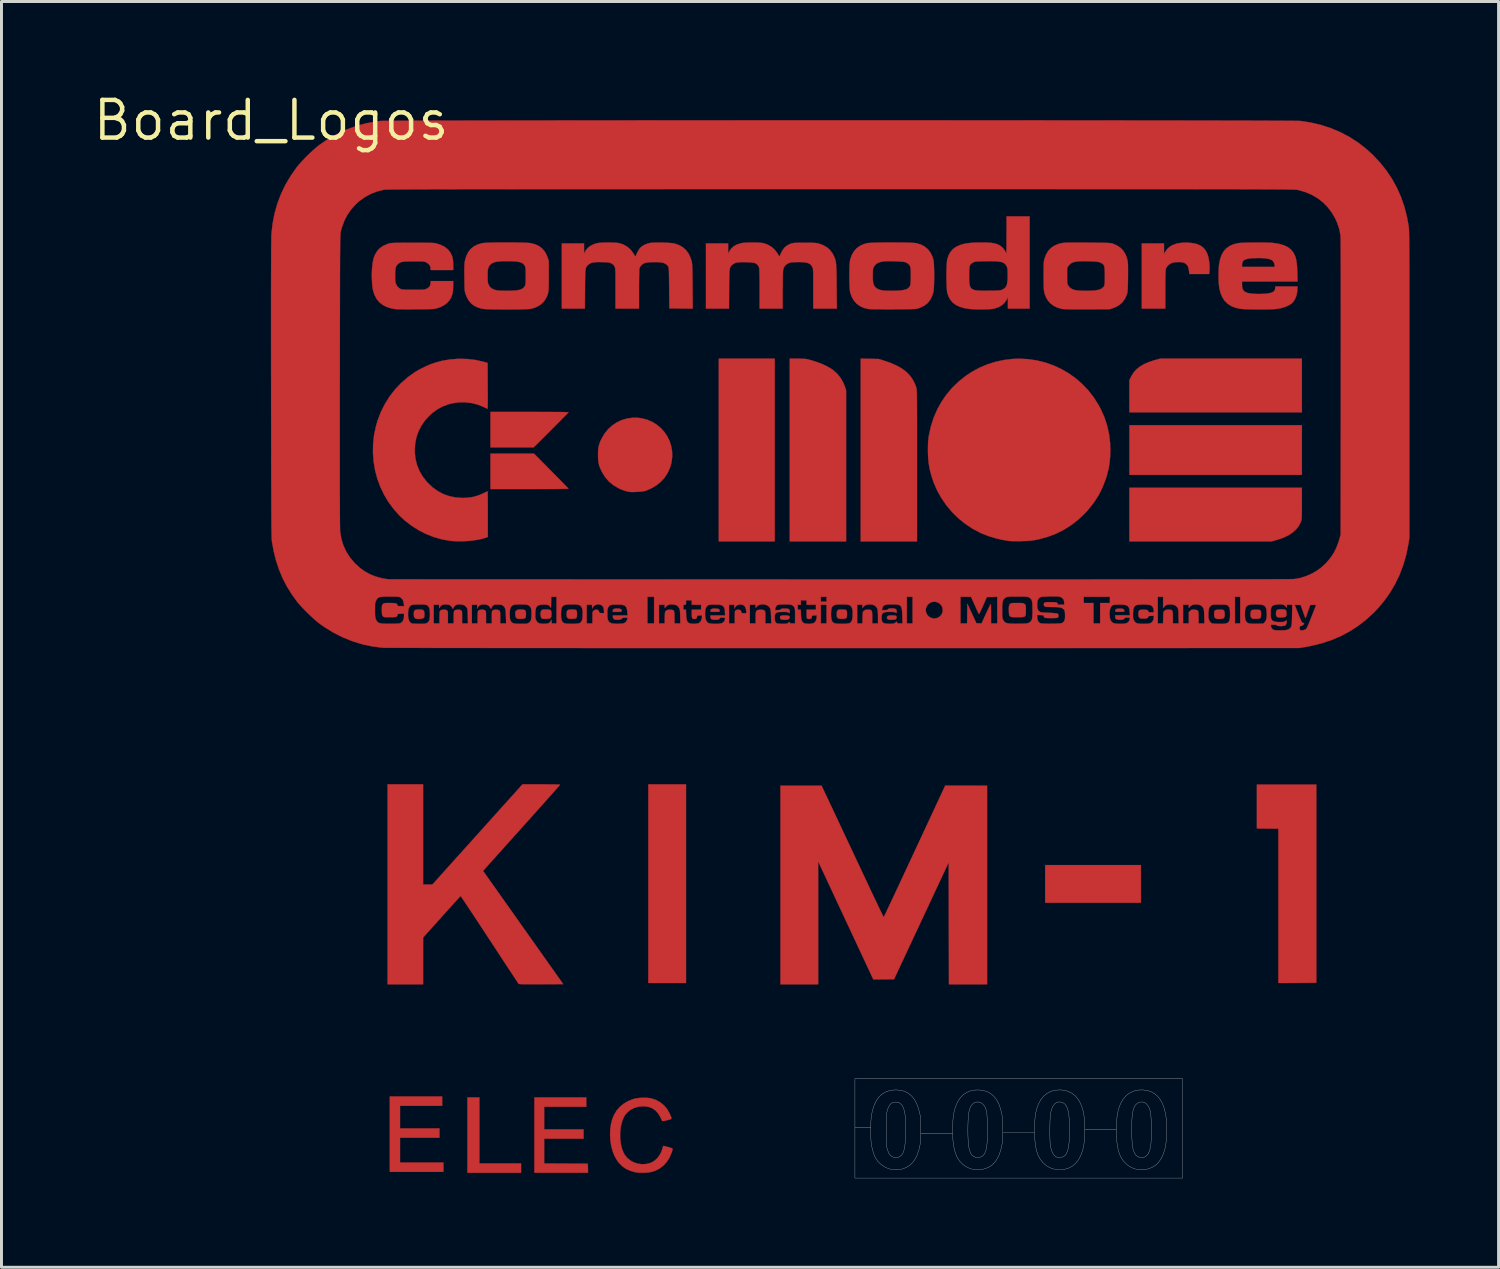
<source format=kicad_pcb>
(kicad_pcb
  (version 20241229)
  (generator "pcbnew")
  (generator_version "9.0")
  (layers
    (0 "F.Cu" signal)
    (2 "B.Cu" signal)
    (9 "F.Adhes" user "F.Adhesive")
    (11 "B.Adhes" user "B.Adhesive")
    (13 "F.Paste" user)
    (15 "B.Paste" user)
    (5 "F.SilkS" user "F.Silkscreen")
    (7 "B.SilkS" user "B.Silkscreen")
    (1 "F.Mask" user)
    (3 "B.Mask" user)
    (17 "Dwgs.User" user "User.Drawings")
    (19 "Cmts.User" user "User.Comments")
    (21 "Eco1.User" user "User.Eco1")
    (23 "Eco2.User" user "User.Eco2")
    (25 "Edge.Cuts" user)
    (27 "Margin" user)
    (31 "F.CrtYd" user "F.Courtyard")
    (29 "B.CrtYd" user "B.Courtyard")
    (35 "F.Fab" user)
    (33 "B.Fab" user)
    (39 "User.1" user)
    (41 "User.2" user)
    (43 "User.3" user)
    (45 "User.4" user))
  (footprint "Board_Logos"
    (layer "F.Cu")
    (at 6.085 1.006)
    (property "Reference" "Board_Logos" (at 0 0 0) (layer "F.SilkS") (effects (font (size 1.27 1.27) (thickness 0.15))))
    (attr smd board_only exclude_from_bom allow_missing_courtyard)
    (fp_poly (pts (xy 13.982 29.068) (xy 12.712 29.068) (xy 12.712 22.375) (xy 13.982 22.375) (xy 13.982 29.068)) (stroke (width 0.01) (type solid)) (fill yes) (layer "F.Cu"))
    (fp_poly (pts (xy 16.97 14.187) (xy 15.087 14.187) (xy 15.087 8.031) (xy 16.97 8.031) (xy 16.97 14.187)) (stroke (width 0.01) (type solid)) (fill yes) (layer "F.Cu"))
    (fp_poly (pts (xy 29.311 26.364) (xy 26.084 26.364) (xy 26.084 25.094) (xy 29.311 25.094) (xy 29.311 26.364)) (stroke (width 0.01) (type solid)) (fill yes) (layer "F.Cu"))
    (fp_poly (pts (xy 34.735 11.946) (xy 28.923 11.946) (xy 28.923 10.272) (xy 34.735 10.272) (xy 34.735 11.946)) (stroke (width 0.01) (type solid)) (fill yes) (layer "F.Cu"))
    (fp_poly (pts (xy 7.019 35.149) (xy 8.424 35.149) (xy 8.424 35.463) (xy 6.616 35.463) (xy 6.616 32.923) (xy 7.019 32.923) (xy 7.019 35.149)) (stroke (width 0.01) (type solid)) (fill yes) (layer "F.Cu"))
    (fp_poly (pts (xy 35.221 29.061) (xy 34.582 29.065) (xy 33.943 29.069) (xy 33.943 23.869) (xy 33.581 23.865) (xy 33.219 23.861) (xy 33.219 22.382) (xy 35.221 22.382) (xy 35.221 29.061)) (stroke (width 0.01) (type solid)) (fill yes) (layer "F.Cu"))
    (fp_poly (pts (xy 5.764 33.207) (xy 4.345 33.207) (xy 4.345 33.969) (xy 5.674 33.969) (xy 5.674 34.283) (xy 4.345 34.283) (xy 4.345 35.119) (xy 5.809 35.119) (xy 5.809 35.433) (xy 4.001 35.433) (xy 4.001 32.893) (xy 5.764 32.893) (xy 5.764 33.207)) (stroke (width 0.01) (type solid)) (fill yes) (layer "F.Cu"))
    (fp_poly (pts (xy 10.62 33.237) (xy 9.201 33.237) (xy 9.201 33.999) (xy 10.53 33.999) (xy 10.53 34.313) (xy 9.201 34.313) (xy 9.201 35.149) (xy 10.672 35.157) (xy 10.677 35.31) (xy 10.681 35.463) (xy 8.872 35.463) (xy 8.872 32.923) (xy 10.62 32.923) (xy 10.62 33.237)) (stroke (width 0.01) (type solid)) (fill yes) (layer "F.Cu"))
    (fp_poly (pts (xy 34.735 9.839) (xy 28.923 9.839) (xy 28.923 8.752) (xy 28.985 8.628) (xy 29.059 8.506) (xy 29.152 8.398) (xy 29.266 8.304) (xy 29.403 8.221) (xy 29.565 8.149) (xy 29.753 8.086) (xy 29.794 8.075) (xy 29.954 8.031) (xy 34.735 8.031) (xy 34.735 9.839)) (stroke (width 0.01) (type solid)) (fill yes) (layer "F.Cu"))
    (fp_poly (pts (xy 11.693 16.45) (xy 11.75 16.457) (xy 11.79 16.472) (xy 11.797 16.476) (xy 11.811 16.502) (xy 11.815 16.527) (xy 11.814 16.543) (xy 11.807 16.553) (xy 11.789 16.559) (xy 11.754 16.562) (xy 11.696 16.563) (xy 11.666 16.563) (xy 11.516 16.563) (xy 11.516 16.518) (xy 11.52 16.489) (xy 11.536 16.472) (xy 11.572 16.459) (xy 11.579 16.457) (xy 11.633 16.449) (xy 11.693 16.45)) (stroke (width 0.01) (type solid)) (fill yes) (layer "F.Cu"))
    (fp_poly (pts (xy 17.355 16.683) (xy 17.409 16.687) (xy 17.448 16.696) (xy 17.462 16.704) (xy 17.476 16.741) (xy 17.467 16.78) (xy 17.436 16.81) (xy 17.433 16.812) (xy 17.394 16.823) (xy 17.337 16.829) (xy 17.274 16.829) (xy 17.217 16.824) (xy 17.183 16.816) (xy 17.158 16.792) (xy 17.148 16.754) (xy 17.156 16.716) (xy 17.167 16.7) (xy 17.192 16.69) (xy 17.238 16.684) (xy 17.295 16.681) (xy 17.355 16.683)) (stroke (width 0.01) (type solid)) (fill yes) (layer "F.Cu"))
    (fp_poly (pts (xy 17.743 8.031) (xy 17.844 8.032) (xy 17.921 8.033) (xy 17.982 8.037) (xy 18.034 8.043) (xy 18.083 8.052) (xy 18.137 8.066) (xy 18.148 8.069) (xy 18.364 8.134) (xy 18.56 8.207) (xy 18.735 8.289) (xy 18.884 8.376) (xy 18.947 8.421) (xy 19.075 8.536) (xy 19.186 8.673) (xy 19.276 8.827) (xy 19.337 8.975) (xy 19.376 9.09) (xy 19.376 14.187) (xy 17.478 14.187) (xy 17.478 8.031) (xy 17.743 8.031)) (stroke (width 0.01) (type solid)) (fill yes) (layer "F.Cu"))
    (fp_poly (pts (xy 28.657 16.454) (xy 28.701 16.462) (xy 28.732 16.481) (xy 28.751 16.513) (xy 28.752 16.545) (xy 28.75 16.55) (xy 28.732 16.555) (xy 28.692 16.56) (xy 28.635 16.562) (xy 28.593 16.563) (xy 28.526 16.562) (xy 28.483 16.561) (xy 28.458 16.556) (xy 28.448 16.548) (xy 28.445 16.534) (xy 28.445 16.527) (xy 28.454 16.491) (xy 28.468 16.473) (xy 28.496 16.462) (xy 28.544 16.455) (xy 28.601 16.452) (xy 28.657 16.454)) (stroke (width 0.01) (type solid)) (fill yes) (layer "F.Cu"))
    (fp_poly (pts (xy 15.031 16.455) (xy 15.08 16.466) (xy 15.107 16.487) (xy 15.117 16.52) (xy 15.117 16.527) (xy 15.116 16.543) (xy 15.11 16.553) (xy 15.092 16.559) (xy 15.058 16.562) (xy 15.002 16.562) (xy 14.96 16.563) (xy 14.89 16.562) (xy 14.845 16.56) (xy 14.818 16.556) (xy 14.806 16.548) (xy 14.804 16.536) (xy 14.804 16.535) (xy 14.811 16.496) (xy 14.834 16.47) (xy 14.878 16.456) (xy 14.947 16.451) (xy 14.957 16.451) (xy 15.031 16.455)) (stroke (width 0.01) (type solid)) (fill yes) (layer "F.Cu"))
    (fp_poly (pts (xy 20.979 16.684) (xy 21.028 16.688) (xy 21.058 16.693) (xy 21.061 16.695) (xy 21.075 16.719) (xy 21.076 16.758) (xy 21.067 16.796) (xy 21.044 16.815) (xy 21.034 16.818) (xy 20.996 16.824) (xy 20.943 16.828) (xy 20.885 16.829) (xy 20.833 16.827) (xy 20.798 16.822) (xy 20.795 16.821) (xy 20.762 16.795) (xy 20.751 16.757) (xy 20.764 16.717) (xy 20.774 16.706) (xy 20.796 16.693) (xy 20.834 16.685) (xy 20.894 16.682) (xy 20.919 16.682) (xy 20.979 16.684)) (stroke (width 0.01) (type solid)) (fill yes) (layer "F.Cu"))
    (fp_poly (pts (xy 34.117 16.476) (xy 34.169 16.489) (xy 34.2 16.515) (xy 34.214 16.557) (xy 34.217 16.614) (xy 34.212 16.674) (xy 34.2 16.713) (xy 34.195 16.721) (xy 34.168 16.733) (xy 34.122 16.743) (xy 34.064 16.749) (xy 34.004 16.751) (xy 33.951 16.749) (xy 33.941 16.747) (xy 33.899 16.732) (xy 33.874 16.7) (xy 33.863 16.648) (xy 33.862 16.611) (xy 33.867 16.552) (xy 33.884 16.512) (xy 33.917 16.487) (xy 33.972 16.476) (xy 34.04 16.473) (xy 34.117 16.476)) (stroke (width 0.01) (type solid)) (fill yes) (layer "F.Cu"))
    (fp_poly (pts (xy 34.735 12.913) (xy 34.735 13.054) (xy 34.734 13.168) (xy 34.733 13.259) (xy 34.732 13.33) (xy 34.73 13.385) (xy 34.727 13.426) (xy 34.723 13.458) (xy 34.717 13.483) (xy 34.71 13.506) (xy 34.701 13.528) (xy 34.7 13.53) (xy 34.633 13.661) (xy 34.544 13.778) (xy 34.433 13.881) (xy 34.298 13.972) (xy 34.138 14.051) (xy 33.951 14.119) (xy 33.87 14.143) (xy 33.714 14.187) (xy 28.923 14.187) (xy 28.923 12.379) (xy 34.735 12.379) (xy 34.735 12.913)) (stroke (width 0.01) (type solid)) (fill yes) (layer "F.Cu"))
    (fp_poly (pts (xy 8.903 9.824) (xy 9.09 9.825) (xy 9.265 9.825) (xy 9.428 9.826) (xy 9.575 9.827) (xy 9.705 9.828) (xy 9.816 9.829) (xy 9.905 9.831) (xy 9.971 9.832) (xy 10.011 9.834) (xy 10.022 9.835) (xy 10.012 9.848) (xy 9.983 9.879) (xy 9.936 9.928) (xy 9.873 9.992) (xy 9.797 10.069) (xy 9.71 10.158) (xy 9.612 10.256) (xy 9.507 10.362) (xy 9.436 10.433) (xy 8.849 11.019) (xy 7.393 11.019) (xy 7.393 9.824) (xy 8.708 9.824) (xy 8.903 9.824)) (stroke (width 0.01) (type solid)) (fill yes) (layer "F.Cu"))
    (fp_poly (pts (xy 9.437 11.813) (xy 9.545 11.923) (xy 9.647 12.026) (xy 9.741 12.121) (xy 9.824 12.206) (xy 9.895 12.279) (xy 9.952 12.338) (xy 9.993 12.381) (xy 10.016 12.405) (xy 10.02 12.411) (xy 10.006 12.413) (xy 9.964 12.415) (xy 9.896 12.416) (xy 9.803 12.418) (xy 9.687 12.42) (xy 9.551 12.421) (xy 9.395 12.422) (xy 9.222 12.423) (xy 9.033 12.423) (xy 8.83 12.424) (xy 8.709 12.424) (xy 7.393 12.424) (xy 7.393 11.229) (xy 8.859 11.229) (xy 9.437 11.813)) (stroke (width 0.01) (type solid)) (fill yes) (layer "F.Cu"))
    (fp_poly (pts (xy 4.988 16.483) (xy 5.064 16.486) (xy 5.115 16.498) (xy 5.146 16.522) (xy 5.161 16.563) (xy 5.166 16.625) (xy 5.166 16.643) (xy 5.164 16.694) (xy 5.16 16.735) (xy 5.155 16.752) (xy 5.126 16.774) (xy 5.077 16.79) (xy 5.016 16.8) (xy 4.952 16.801) (xy 4.895 16.794) (xy 4.872 16.787) (xy 4.837 16.762) (xy 4.817 16.72) (xy 4.808 16.655) (xy 4.808 16.632) (xy 4.812 16.568) (xy 4.826 16.525) (xy 4.855 16.499) (xy 4.905 16.487) (xy 4.978 16.483) (xy 4.988 16.483)) (stroke (width 0.01) (type solid)) (fill yes) (layer "F.Cu"))
    (fp_poly (pts (xy 10.208 16.486) (xy 10.257 16.493) (xy 10.284 16.503) (xy 10.297 16.529) (xy 10.305 16.575) (xy 10.308 16.631) (xy 10.306 16.689) (xy 10.299 16.737) (xy 10.287 16.769) (xy 10.284 16.772) (xy 10.254 16.784) (xy 10.205 16.792) (xy 10.146 16.796) (xy 10.087 16.796) (xy 10.038 16.79) (xy 10.019 16.785) (xy 9.986 16.763) (xy 9.966 16.724) (xy 9.958 16.664) (xy 9.958 16.617) (xy 9.964 16.558) (xy 9.982 16.519) (xy 10.016 16.495) (xy 10.072 16.484) (xy 10.142 16.482) (xy 10.208 16.486)) (stroke (width 0.01) (type solid)) (fill yes) (layer "F.Cu"))
    (fp_poly (pts (xy 33.264 16.49) (xy 33.313 16.498) (xy 33.341 16.518) (xy 33.356 16.553) (xy 33.36 16.608) (xy 33.36 16.635) (xy 33.358 16.705) (xy 33.347 16.75) (xy 33.323 16.777) (xy 33.279 16.79) (xy 33.212 16.796) (xy 33.21 16.796) (xy 33.151 16.797) (xy 33.1 16.794) (xy 33.068 16.788) (xy 33.066 16.787) (xy 33.03 16.76) (xy 33.009 16.715) (xy 33.004 16.648) (xy 33.005 16.618) (xy 33.012 16.562) (xy 33.026 16.525) (xy 33.052 16.503) (xy 33.096 16.492) (xy 33.163 16.488) (xy 33.19 16.488) (xy 33.264 16.49)) (stroke (width 0.01) (type solid)) (fill yes) (layer "F.Cu"))
    (fp_poly (pts (xy 8.443 16.482) (xy 8.502 16.489) (xy 8.548 16.502) (xy 8.567 16.513) (xy 8.579 16.541) (xy 8.586 16.589) (xy 8.588 16.645) (xy 8.585 16.701) (xy 8.576 16.745) (xy 8.568 16.763) (xy 8.549 16.779) (xy 8.517 16.789) (xy 8.464 16.795) (xy 8.437 16.796) (xy 8.378 16.797) (xy 8.327 16.794) (xy 8.295 16.788) (xy 8.294 16.787) (xy 8.259 16.762) (xy 8.238 16.719) (xy 8.23 16.654) (xy 8.229 16.634) (xy 8.234 16.569) (xy 8.252 16.526) (xy 8.287 16.5) (xy 8.327 16.488) (xy 8.381 16.481) (xy 8.443 16.482)) (stroke (width 0.01) (type solid)) (fill yes) (layer "F.Cu"))
    (fp_poly (pts (xy 19.242 16.482) (xy 19.307 16.486) (xy 19.357 16.493) (xy 19.383 16.503) (xy 19.396 16.529) (xy 19.404 16.575) (xy 19.407 16.631) (xy 19.405 16.689) (xy 19.398 16.737) (xy 19.386 16.769) (xy 19.383 16.772) (xy 19.354 16.783) (xy 19.305 16.792) (xy 19.247 16.796) (xy 19.189 16.796) (xy 19.141 16.791) (xy 19.122 16.786) (xy 19.092 16.77) (xy 19.074 16.748) (xy 19.065 16.714) (xy 19.062 16.66) (xy 19.062 16.636) (xy 19.065 16.57) (xy 19.078 16.526) (xy 19.104 16.499) (xy 19.15 16.486) (xy 19.219 16.482) (xy 19.242 16.482)) (stroke (width 0.01) (type solid)) (fill yes) (layer "F.Cu"))
    (fp_poly (pts (xy 32.021 16.489) (xy 32.062 16.492) (xy 32.088 16.498) (xy 32.104 16.511) (xy 32.112 16.521) (xy 32.126 16.558) (xy 32.134 16.612) (xy 32.135 16.673) (xy 32.128 16.728) (xy 32.126 16.737) (xy 32.106 16.766) (xy 32.072 16.786) (xy 32.028 16.795) (xy 31.971 16.8) (xy 31.912 16.8) (xy 31.864 16.794) (xy 31.851 16.791) (xy 31.812 16.769) (xy 31.788 16.736) (xy 31.778 16.685) (xy 31.777 16.646) (xy 31.779 16.579) (xy 31.79 16.534) (xy 31.814 16.507) (xy 31.857 16.493) (xy 31.922 16.488) (xy 31.956 16.488) (xy 32.021 16.489)) (stroke (width 0.01) (type solid)) (fill yes) (layer "F.Cu"))
    (fp_poly (pts (xy 9.342 16.483) (xy 9.394 16.491) (xy 9.425 16.511) (xy 9.441 16.546) (xy 9.447 16.6) (xy 9.447 16.637) (xy 9.444 16.705) (xy 9.433 16.75) (xy 9.408 16.777) (xy 9.365 16.791) (xy 9.297 16.796) (xy 9.279 16.797) (xy 9.219 16.797) (xy 9.17 16.796) (xy 9.139 16.792) (xy 9.136 16.792) (xy 9.11 16.77) (xy 9.092 16.728) (xy 9.081 16.673) (xy 9.08 16.614) (xy 9.089 16.559) (xy 9.108 16.517) (xy 9.11 16.516) (xy 9.126 16.498) (xy 9.147 16.488) (xy 9.178 16.483) (xy 9.229 16.481) (xy 9.266 16.481) (xy 9.342 16.483)) (stroke (width 0.01) (type solid)) (fill yes) (layer "F.Cu"))
    (fp_poly (pts (xy 20.171 8.035) (xy 20.474 8.041) (xy 20.67 8.103) (xy 20.888 8.179) (xy 21.078 8.263) (xy 21.243 8.355) (xy 21.384 8.458) (xy 21.502 8.572) (xy 21.6 8.7) (xy 21.679 8.842) (xy 21.735 8.983) (xy 21.739 8.995) (xy 21.743 9.008) (xy 21.746 9.022) (xy 21.749 9.039) (xy 21.751 9.06) (xy 21.754 9.088) (xy 21.756 9.122) (xy 21.758 9.165) (xy 21.759 9.218) (xy 21.761 9.282) (xy 21.762 9.359) (xy 21.763 9.45) (xy 21.764 9.556) (xy 21.764 9.679) (xy 21.765 9.82) (xy 21.765 9.981) (xy 21.766 10.162) (xy 21.766 10.366) (xy 21.766 10.593) (xy 21.766 10.845) (xy 21.766 11.124) (xy 21.766 11.43) (xy 21.766 11.631) (xy 21.766 14.187) (xy 19.869 14.187) (xy 19.869 8.028) (xy 20.171 8.035)) (stroke (width 0.01) (type solid)) (fill yes) (layer "F.Cu"))
    (fp_poly (pts (xy 25.225 16.264) (xy 25.284 16.265) (xy 25.325 16.269) (xy 25.352 16.274) (xy 25.372 16.284) (xy 25.39 16.298) (xy 25.392 16.3) (xy 25.41 16.316) (xy 25.422 16.333) (xy 25.429 16.356) (xy 25.433 16.391) (xy 25.434 16.445) (xy 25.434 16.51) (xy 25.434 16.591) (xy 25.43 16.65) (xy 25.419 16.691) (xy 25.396 16.718) (xy 25.358 16.733) (xy 25.301 16.74) (xy 25.22 16.742) (xy 25.15 16.742) (xy 25.064 16.741) (xy 25.003 16.74) (xy 24.961 16.736) (xy 24.932 16.73) (xy 24.912 16.721) (xy 24.902 16.713) (xy 24.885 16.697) (xy 24.874 16.677) (xy 24.868 16.645) (xy 24.864 16.595) (xy 24.861 16.541) (xy 24.859 16.456) (xy 24.862 16.394) (xy 24.87 16.35) (xy 24.884 16.318) (xy 24.904 16.293) (xy 24.919 16.281) (xy 24.938 16.273) (xy 24.967 16.268) (xy 25.012 16.265) (xy 25.078 16.264) (xy 25.142 16.264) (xy 25.225 16.264)) (stroke (width 0.01) (type solid)) (fill yes) (layer "F.Cu"))
    (fp_poly (pts (xy 30.895 4.121) (xy 31.056 4.136) (xy 31.193 4.167) (xy 31.308 4.214) (xy 31.402 4.28) (xy 31.478 4.365) (xy 31.537 4.471) (xy 31.561 4.532) (xy 31.587 4.627) (xy 31.607 4.738) (xy 31.62 4.857) (xy 31.626 4.972) (xy 31.623 5.074) (xy 31.618 5.121) (xy 31.608 5.177) (xy 30.943 5.177) (xy 30.933 5.091) (xy 30.925 5.033) (xy 30.915 4.977) (xy 30.909 4.953) (xy 30.882 4.897) (xy 30.835 4.844) (xy 30.777 4.803) (xy 30.747 4.791) (xy 30.692 4.78) (xy 30.618 4.775) (xy 30.535 4.776) (xy 30.454 4.782) (xy 30.385 4.794) (xy 30.371 4.798) (xy 30.295 4.833) (xy 30.227 4.885) (xy 30.175 4.949) (xy 30.15 5.006) (xy 30.145 5.039) (xy 30.141 5.102) (xy 30.138 5.195) (xy 30.136 5.316) (xy 30.134 5.466) (xy 30.133 5.644) (xy 30.133 5.704) (xy 30.133 6.343) (xy 29.341 6.343) (xy 29.341 4.146) (xy 30.088 4.146) (xy 30.089 4.329) (xy 30.09 4.512) (xy 30.122 4.445) (xy 30.187 4.345) (xy 30.275 4.263) (xy 30.385 4.199) (xy 30.517 4.153) (xy 30.669 4.126) (xy 30.841 4.119) (xy 30.895 4.121)) (stroke (width 0.01) (type solid)) (fill yes) (layer "F.Cu"))
    (fp_poly (pts (xy 19.051 23.484) (xy 19.143 23.68) (xy 19.245 23.898) (xy 19.355 24.133) (xy 19.471 24.378) (xy 19.589 24.629) (xy 19.707 24.881) (xy 19.823 25.128) (xy 19.934 25.364) (xy 20.038 25.585) (xy 20.093 25.702) (xy 20.175 25.876) (xy 20.253 26.042) (xy 20.327 26.198) (xy 20.396 26.342) (xy 20.458 26.472) (xy 20.513 26.586) (xy 20.559 26.682) (xy 20.597 26.758) (xy 20.624 26.813) (xy 20.641 26.843) (xy 20.645 26.85) (xy 20.652 26.836) (xy 20.671 26.796) (xy 20.702 26.732) (xy 20.743 26.646) (xy 20.794 26.537) (xy 20.854 26.409) (xy 20.923 26.263) (xy 21 26.099) (xy 21.084 25.919) (xy 21.175 25.726) (xy 21.271 25.519) (xy 21.373 25.301) (xy 21.479 25.073) (xy 21.59 24.837) (xy 21.685 24.632) (xy 22.715 22.42) (xy 23.421 22.42) (xy 24.127 22.419) (xy 24.127 29.113) (xy 22.842 29.113) (xy 22.838 27.057) (xy 22.834 25.001) (xy 21.913 26.971) (xy 20.991 28.941) (xy 20.643 28.945) (xy 20.294 28.948) (xy 19.364 26.958) (xy 18.434 24.967) (xy 18.434 27.04) (xy 18.434 29.113) (xy 17.164 29.113) (xy 17.164 22.419) (xy 18.55 22.419) (xy 19.051 23.484)) (stroke (width 0.01) (type solid)) (fill yes) (layer "F.Cu"))
    (fp_poly (pts (xy 12.357 10.022) (xy 12.497 10.041) (xy 12.681 10.09) (xy 12.85 10.164) (xy 13.003 10.26) (xy 13.14 10.375) (xy 13.257 10.508) (xy 13.355 10.655) (xy 13.431 10.814) (xy 13.484 10.983) (xy 13.513 11.159) (xy 13.516 11.34) (xy 13.493 11.524) (xy 13.441 11.707) (xy 13.441 11.707) (xy 13.361 11.883) (xy 13.258 12.041) (xy 13.132 12.18) (xy 12.984 12.299) (xy 12.824 12.393) (xy 12.752 12.427) (xy 12.679 12.458) (xy 12.616 12.482) (xy 12.585 12.491) (xy 12.533 12.501) (xy 12.461 12.509) (xy 12.376 12.516) (xy 12.287 12.521) (xy 12.202 12.524) (xy 12.129 12.523) (xy 12.078 12.519) (xy 12.077 12.519) (xy 11.94 12.488) (xy 11.801 12.438) (xy 11.703 12.393) (xy 11.537 12.296) (xy 11.393 12.178) (xy 11.27 12.04) (xy 11.167 11.88) (xy 11.143 11.834) (xy 11.096 11.734) (xy 11.062 11.647) (xy 11.039 11.566) (xy 11.026 11.481) (xy 11.019 11.383) (xy 11.017 11.273) (xy 11.019 11.156) (xy 11.026 11.059) (xy 11.041 10.975) (xy 11.064 10.893) (xy 11.099 10.806) (xy 11.144 10.713) (xy 11.241 10.549) (xy 11.359 10.405) (xy 11.495 10.282) (xy 11.647 10.18) (xy 11.812 10.102) (xy 11.988 10.049) (xy 12.17 10.022) (xy 12.357 10.022)) (stroke (width 0.01) (type solid)) (fill yes) (layer "F.Cu"))
    (fp_poly (pts (xy 25.503 8.046) (xy 25.798 8.089) (xy 26.084 8.159) (xy 26.36 8.255) (xy 26.625 8.378) (xy 26.877 8.524) (xy 27.114 8.693) (xy 27.334 8.885) (xy 27.536 9.098) (xy 27.719 9.331) (xy 27.879 9.584) (xy 27.958 9.731) (xy 28.08 10.004) (xy 28.172 10.284) (xy 28.236 10.57) (xy 28.272 10.866) (xy 28.28 11.102) (xy 28.274 11.329) (xy 28.255 11.539) (xy 28.22 11.741) (xy 28.169 11.945) (xy 28.124 12.091) (xy 28.017 12.368) (xy 27.886 12.629) (xy 27.729 12.874) (xy 27.546 13.107) (xy 27.415 13.251) (xy 27.191 13.461) (xy 26.953 13.645) (xy 26.702 13.802) (xy 26.436 13.933) (xy 26.155 14.039) (xy 25.859 14.118) (xy 25.695 14.15) (xy 25.621 14.16) (xy 25.524 14.168) (xy 25.413 14.174) (xy 25.293 14.178) (xy 25.172 14.181) (xy 25.058 14.181) (xy 24.957 14.178) (xy 24.877 14.173) (xy 24.859 14.171) (xy 24.634 14.134) (xy 24.404 14.079) (xy 24.177 14.01) (xy 23.965 13.928) (xy 23.888 13.893) (xy 23.628 13.754) (xy 23.383 13.59) (xy 23.156 13.405) (xy 22.947 13.198) (xy 22.758 12.974) (xy 22.591 12.733) (xy 22.448 12.477) (xy 22.33 12.21) (xy 22.252 11.976) (xy 22.207 11.809) (xy 22.175 11.654) (xy 22.153 11.501) (xy 22.14 11.341) (xy 22.134 11.164) (xy 22.134 11.109) (xy 22.135 10.991) (xy 22.137 10.895) (xy 22.141 10.814) (xy 22.148 10.741) (xy 22.158 10.668) (xy 22.168 10.608) (xy 22.236 10.304) (xy 22.33 10.014) (xy 22.45 9.738) (xy 22.595 9.477) (xy 22.764 9.233) (xy 22.957 9.006) (xy 23.173 8.798) (xy 23.411 8.609) (xy 23.619 8.471) (xy 23.868 8.336) (xy 24.133 8.224) (xy 24.41 8.137) (xy 24.695 8.075) (xy 24.983 8.04) (xy 25.203 8.031) (xy 25.503 8.046)) (stroke (width 0.01) (type solid)) (fill yes) (layer "F.Cu"))
    (fp_poly (pts (xy 5.122 25.751) (xy 5.434 25.751) (xy 8.471 22.375) (xy 9.105 22.375) (xy 9.239 22.375) (xy 9.364 22.376) (xy 9.476 22.377) (xy 9.572 22.378) (xy 9.649 22.38) (xy 9.704 22.382) (xy 9.734 22.384) (xy 9.738 22.386) (xy 9.728 22.398) (xy 9.7 22.431) (xy 9.654 22.484) (xy 9.591 22.555) (xy 9.513 22.643) (xy 9.421 22.747) (xy 9.316 22.865) (xy 9.199 22.996) (xy 9.072 23.138) (xy 8.935 23.291) (xy 8.79 23.454) (xy 8.638 23.623) (xy 8.48 23.8) (xy 8.44 23.844) (xy 7.142 25.29) (xy 7.943 26.421) (xy 8.075 26.608) (xy 8.215 26.805) (xy 8.358 27.008) (xy 8.504 27.214) (xy 8.648 27.418) (xy 8.789 27.617) (xy 8.924 27.807) (xy 9.05 27.986) (xy 9.165 28.148) (xy 9.266 28.29) (xy 9.293 28.329) (xy 9.843 29.106) (xy 9.101 29.11) (xy 8.933 29.11) (xy 8.783 29.11) (xy 8.651 29.109) (xy 8.541 29.108) (xy 8.453 29.107) (xy 8.389 29.104) (xy 8.353 29.101) (xy 8.344 29.099) (xy 8.334 29.085) (xy 8.309 29.048) (xy 8.27 28.988) (xy 8.217 28.909) (xy 8.152 28.81) (xy 8.076 28.694) (xy 7.989 28.563) (xy 7.894 28.418) (xy 7.79 28.26) (xy 7.679 28.091) (xy 7.562 27.912) (xy 7.44 27.726) (xy 7.363 27.609) (xy 7.239 27.419) (xy 7.119 27.236) (xy 7.004 27.062) (xy 6.896 26.898) (xy 6.796 26.746) (xy 6.704 26.608) (xy 6.622 26.484) (xy 6.55 26.376) (xy 6.49 26.287) (xy 6.443 26.216) (xy 6.409 26.167) (xy 6.39 26.141) (xy 6.386 26.136) (xy 6.375 26.147) (xy 6.345 26.179) (xy 6.299 26.23) (xy 6.238 26.297) (xy 6.164 26.378) (xy 6.079 26.473) (xy 5.984 26.578) (xy 5.881 26.692) (xy 5.772 26.813) (xy 5.75 26.838) (xy 5.123 27.537) (xy 5.122 28.325) (xy 5.122 29.113) (xy 3.926 29.113) (xy 3.926 22.375) (xy 5.122 22.375) (xy 5.122 25.751)) (stroke (width 0.01) (type solid)) (fill yes) (layer "F.Cu"))
    (fp_poly (pts (xy 12.686 32.94) (xy 12.778 32.95) (xy 12.824 32.96) (xy 12.981 33.015) (xy 13.122 33.095) (xy 13.244 33.197) (xy 13.346 33.319) (xy 13.42 33.448) (xy 13.456 33.526) (xy 13.48 33.581) (xy 13.49 33.619) (xy 13.483 33.643) (xy 13.459 33.66) (xy 13.415 33.674) (xy 13.351 33.69) (xy 13.342 33.692) (xy 13.266 33.71) (xy 13.216 33.719) (xy 13.188 33.72) (xy 13.177 33.714) (xy 13.168 33.693) (xy 13.149 33.652) (xy 13.123 33.6) (xy 13.114 33.581) (xy 13.039 33.458) (xy 12.949 33.361) (xy 12.845 33.29) (xy 12.725 33.244) (xy 12.589 33.224) (xy 12.54 33.222) (xy 12.39 33.235) (xy 12.251 33.273) (xy 12.126 33.333) (xy 12.018 33.415) (xy 11.93 33.517) (xy 11.891 33.581) (xy 11.835 33.711) (xy 11.795 33.859) (xy 11.77 34.017) (xy 11.761 34.182) (xy 11.767 34.347) (xy 11.789 34.507) (xy 11.825 34.655) (xy 11.877 34.787) (xy 11.918 34.86) (xy 12.003 34.965) (xy 12.107 35.05) (xy 12.226 35.114) (xy 12.355 35.156) (xy 12.491 35.175) (xy 12.629 35.169) (xy 12.765 35.137) (xy 12.829 35.112) (xy 12.926 35.053) (xy 13.016 34.97) (xy 13.092 34.868) (xy 13.153 34.753) (xy 13.192 34.63) (xy 13.205 34.587) (xy 13.218 34.561) (xy 13.226 34.556) (xy 13.247 34.562) (xy 13.289 34.574) (xy 13.346 34.589) (xy 13.382 34.598) (xy 13.443 34.615) (xy 13.492 34.632) (xy 13.523 34.647) (xy 13.53 34.653) (xy 13.528 34.675) (xy 13.518 34.717) (xy 13.502 34.771) (xy 13.496 34.787) (xy 13.424 34.954) (xy 13.332 35.098) (xy 13.221 35.22) (xy 13.092 35.318) (xy 12.947 35.393) (xy 12.822 35.434) (xy 12.736 35.449) (xy 12.63 35.459) (xy 12.516 35.462) (xy 12.403 35.459) (xy 12.303 35.449) (xy 12.256 35.44) (xy 12.093 35.393) (xy 11.951 35.326) (xy 11.827 35.237) (xy 11.717 35.125) (xy 11.671 35.064) (xy 11.586 34.922) (xy 11.518 34.76) (xy 11.468 34.584) (xy 11.436 34.398) (xy 11.423 34.208) (xy 11.428 34.019) (xy 11.452 33.836) (xy 11.495 33.663) (xy 11.555 33.515) (xy 11.641 33.371) (xy 11.751 33.244) (xy 11.882 33.135) (xy 12.03 33.048) (xy 12.193 32.983) (xy 12.278 32.961) (xy 12.367 32.946) (xy 12.47 32.938) (xy 12.58 32.936) (xy 12.686 32.94)) (stroke (width 0.01) (type solid)) (fill yes) (layer "F.Cu"))
    (fp_poly (pts (xy 6.606 8.041) (xy 6.884 8.073) (xy 7.155 8.133) (xy 7.176 8.139) (xy 7.296 8.173) (xy 7.299 8.946) (xy 7.3 9.095) (xy 7.301 9.235) (xy 7.301 9.362) (xy 7.301 9.474) (xy 7.3 9.568) (xy 7.3 9.642) (xy 7.299 9.693) (xy 7.298 9.718) (xy 7.298 9.719) (xy 7.283 9.713) (xy 7.247 9.697) (xy 7.195 9.673) (xy 7.149 9.651) (xy 6.949 9.573) (xy 6.741 9.522) (xy 6.528 9.498) (xy 6.315 9.502) (xy 6.104 9.534) (xy 5.966 9.571) (xy 5.782 9.641) (xy 5.617 9.728) (xy 5.462 9.837) (xy 5.333 9.951) (xy 5.186 10.112) (xy 5.064 10.288) (xy 4.967 10.478) (xy 4.897 10.68) (xy 4.855 10.891) (xy 4.84 11.11) (xy 4.842 11.19) (xy 4.866 11.409) (xy 4.918 11.616) (xy 4.998 11.811) (xy 5.105 11.996) (xy 5.24 12.169) (xy 5.287 12.221) (xy 5.451 12.374) (xy 5.625 12.498) (xy 5.81 12.595) (xy 6.006 12.664) (xy 6.215 12.707) (xy 6.438 12.723) (xy 6.461 12.723) (xy 6.65 12.714) (xy 6.823 12.686) (xy 6.989 12.637) (xy 7.158 12.565) (xy 7.174 12.557) (xy 7.227 12.531) (xy 7.269 12.511) (xy 7.294 12.5) (xy 7.297 12.499) (xy 7.298 12.513) (xy 7.299 12.555) (xy 7.3 12.62) (xy 7.301 12.708) (xy 7.302 12.814) (xy 7.303 12.936) (xy 7.303 13.071) (xy 7.303 13.217) (xy 7.303 13.268) (xy 7.303 14.038) (xy 7.262 14.054) (xy 7.134 14.094) (xy 6.984 14.128) (xy 6.817 14.154) (xy 6.64 14.173) (xy 6.46 14.183) (xy 6.282 14.184) (xy 6.114 14.175) (xy 6.055 14.169) (xy 5.78 14.124) (xy 5.509 14.049) (xy 5.244 13.947) (xy 4.989 13.82) (xy 4.746 13.668) (xy 4.517 13.493) (xy 4.336 13.326) (xy 4.137 13.106) (xy 3.961 12.869) (xy 3.81 12.618) (xy 3.683 12.354) (xy 3.581 12.079) (xy 3.506 11.797) (xy 3.456 11.507) (xy 3.433 11.214) (xy 3.437 10.918) (xy 3.468 10.622) (xy 3.528 10.328) (xy 3.59 10.115) (xy 3.699 9.83) (xy 3.833 9.56) (xy 3.992 9.306) (xy 4.175 9.07) (xy 4.381 8.852) (xy 4.609 8.654) (xy 4.841 8.488) (xy 4.957 8.418) (xy 5.092 8.347) (xy 5.236 8.278) (xy 5.378 8.218) (xy 5.497 8.175) (xy 5.764 8.101) (xy 6.041 8.055) (xy 6.323 8.034) (xy 6.606 8.041)) (stroke (width 0.01) (type solid)) (fill yes) (layer "F.Cu"))
    (fp_poly (pts (xy 33.408 4.118) (xy 33.526 4.12) (xy 33.63 4.122) (xy 33.718 4.126) (xy 33.783 4.132) (xy 33.786 4.132) (xy 33.964 4.161) (xy 34.117 4.205) (xy 34.245 4.264) (xy 34.348 4.337) (xy 34.384 4.374) (xy 34.437 4.439) (xy 34.48 4.51) (xy 34.513 4.589) (xy 34.539 4.68) (xy 34.558 4.788) (xy 34.571 4.916) (xy 34.58 5.069) (xy 34.582 5.129) (xy 34.59 5.431) (xy 32.718 5.431) (xy 32.718 5.54) (xy 32.723 5.62) (xy 32.741 5.687) (xy 32.773 5.74) (xy 32.822 5.781) (xy 32.89 5.811) (xy 32.979 5.831) (xy 33.093 5.843) (xy 33.232 5.849) (xy 33.293 5.849) (xy 33.444 5.846) (xy 33.567 5.836) (xy 33.665 5.819) (xy 33.739 5.794) (xy 33.791 5.76) (xy 33.823 5.717) (xy 33.837 5.663) (xy 33.839 5.64) (xy 33.839 5.596) (xy 34.586 5.596) (xy 34.586 5.659) (xy 34.576 5.787) (xy 34.548 5.908) (xy 34.505 6.018) (xy 34.448 6.109) (xy 34.404 6.156) (xy 34.305 6.227) (xy 34.179 6.284) (xy 34.028 6.328) (xy 33.852 6.357) (xy 33.846 6.357) (xy 33.782 6.362) (xy 33.696 6.366) (xy 33.59 6.369) (xy 33.472 6.371) (xy 33.346 6.371) (xy 33.216 6.371) (xy 33.088 6.369) (xy 32.967 6.367) (xy 32.857 6.364) (xy 32.764 6.359) (xy 32.692 6.354) (xy 32.658 6.35) (xy 32.495 6.313) (xy 32.354 6.257) (xy 32.235 6.181) (xy 32.136 6.085) (xy 32.057 5.966) (xy 31.997 5.825) (xy 31.956 5.661) (xy 31.948 5.612) (xy 31.937 5.516) (xy 31.93 5.4) (xy 31.927 5.271) (xy 31.928 5.14) (xy 31.932 5.013) (xy 31.94 4.901) (xy 31.943 4.87) (xy 32.718 4.87) (xy 32.718 4.938) (xy 33.826 4.938) (xy 33.816 4.875) (xy 33.8 4.81) (xy 33.772 4.757) (xy 33.731 4.715) (xy 33.673 4.684) (xy 33.596 4.662) (xy 33.496 4.648) (xy 33.372 4.641) (xy 33.256 4.64) (xy 33.11 4.643) (xy 32.991 4.651) (xy 32.897 4.666) (xy 32.826 4.688) (xy 32.774 4.72) (xy 32.741 4.761) (xy 32.723 4.812) (xy 32.718 4.87) (xy 31.943 4.87) (xy 31.948 4.833) (xy 31.983 4.667) (xy 32.034 4.525) (xy 32.104 4.406) (xy 32.193 4.31) (xy 32.301 4.233) (xy 32.431 4.177) (xy 32.583 4.138) (xy 32.584 4.138) (xy 32.632 4.132) (xy 32.705 4.127) (xy 32.799 4.123) (xy 32.908 4.12) (xy 33.028 4.118) (xy 33.155 4.117) (xy 33.283 4.117) (xy 33.408 4.118)) (stroke (width 0.01) (type solid)) (fill yes) (layer "F.Cu"))
    (fp_poly (pts (xy 25.561 6.343) (xy 24.829 6.343) (xy 24.828 5.962) (xy 24.789 6.036) (xy 24.719 6.143) (xy 24.627 6.229) (xy 24.513 6.295) (xy 24.378 6.34) (xy 24.323 6.351) (xy 24.262 6.359) (xy 24.178 6.364) (xy 24.077 6.368) (xy 23.966 6.37) (xy 23.852 6.37) (xy 23.74 6.368) (xy 23.639 6.363) (xy 23.553 6.357) (xy 23.537 6.355) (xy 23.36 6.327) (xy 23.209 6.283) (xy 23.081 6.223) (xy 22.976 6.146) (xy 22.893 6.051) (xy 22.829 5.937) (xy 22.786 5.809) (xy 22.777 5.756) (xy 22.77 5.679) (xy 22.765 5.582) (xy 22.761 5.47) (xy 22.759 5.349) (xy 22.758 5.238) (xy 23.522 5.238) (xy 23.523 5.359) (xy 23.527 5.459) (xy 23.537 5.54) (xy 23.556 5.604) (xy 23.585 5.653) (xy 23.629 5.689) (xy 23.689 5.714) (xy 23.767 5.73) (xy 23.867 5.738) (xy 23.991 5.741) (xy 24.142 5.741) (xy 24.187 5.74) (xy 24.307 5.739) (xy 24.402 5.737) (xy 24.474 5.734) (xy 24.529 5.731) (xy 24.569 5.726) (xy 24.599 5.72) (xy 24.622 5.712) (xy 24.627 5.71) (xy 24.689 5.678) (xy 24.736 5.64) (xy 24.771 5.592) (xy 24.796 5.531) (xy 24.811 5.451) (xy 24.819 5.35) (xy 24.822 5.23) (xy 24.821 5.138) (xy 24.82 5.07) (xy 24.817 5.021) (xy 24.811 4.985) (xy 24.803 4.956) (xy 24.791 4.928) (xy 24.788 4.922) (xy 24.761 4.875) (xy 24.73 4.837) (xy 24.691 4.806) (xy 24.642 4.783) (xy 24.578 4.766) (xy 24.498 4.755) (xy 24.397 4.748) (xy 24.274 4.746) (xy 24.123 4.746) (xy 24.107 4.747) (xy 23.991 4.748) (xy 23.901 4.75) (xy 23.832 4.752) (xy 23.781 4.755) (xy 23.743 4.759) (xy 23.715 4.765) (xy 23.691 4.773) (xy 23.668 4.783) (xy 23.657 4.789) (xy 23.615 4.812) (xy 23.583 4.837) (xy 23.559 4.867) (xy 23.542 4.908) (xy 23.531 4.962) (xy 23.525 5.034) (xy 23.522 5.128) (xy 23.522 5.238) (xy 22.758 5.238) (xy 22.758 5.224) (xy 22.759 5.1) (xy 22.762 4.981) (xy 22.766 4.874) (xy 22.773 4.782) (xy 22.78 4.712) (xy 22.787 4.678) (xy 22.833 4.541) (xy 22.898 4.427) (xy 22.983 4.332) (xy 23.089 4.257) (xy 23.22 4.2) (xy 23.293 4.177) (xy 23.384 4.155) (xy 23.481 4.139) (xy 23.589 4.128) (xy 23.712 4.12) (xy 23.858 4.117) (xy 23.947 4.117) (xy 24.087 4.118) (xy 24.201 4.123) (xy 24.296 4.132) (xy 24.375 4.146) (xy 24.444 4.166) (xy 24.508 4.191) (xy 24.526 4.199) (xy 24.598 4.245) (xy 24.665 4.308) (xy 24.721 4.379) (xy 24.758 4.449) (xy 24.761 4.458) (xy 24.766 4.473) (xy 24.77 4.478) (xy 24.774 4.472) (xy 24.776 4.453) (xy 24.779 4.418) (xy 24.78 4.365) (xy 24.781 4.292) (xy 24.782 4.197) (xy 24.783 4.077) (xy 24.783 3.929) (xy 24.783 3.881) (xy 24.784 3.235) (xy 25.561 3.235) (xy 25.561 6.343)) (stroke (width 0.01) (type solid)) (fill yes) (layer "F.Cu"))
    (fp_poly (pts (xy 16.308 4.117) (xy 16.411 4.121) (xy 16.5 4.126) (xy 16.57 4.135) (xy 16.593 4.139) (xy 16.734 4.187) (xy 16.861 4.261) (xy 16.971 4.359) (xy 17.063 4.48) (xy 17.076 4.502) (xy 17.13 4.593) (xy 17.178 4.483) (xy 17.237 4.37) (xy 17.306 4.283) (xy 17.389 4.215) (xy 17.491 4.164) (xy 17.523 4.152) (xy 17.552 4.143) (xy 17.583 4.137) (xy 17.621 4.131) (xy 17.67 4.128) (xy 17.734 4.126) (xy 17.818 4.124) (xy 17.926 4.124) (xy 17.979 4.124) (xy 18.101 4.124) (xy 18.198 4.125) (xy 18.274 4.128) (xy 18.334 4.131) (xy 18.381 4.136) (xy 18.42 4.143) (xy 18.449 4.15) (xy 18.6 4.204) (xy 18.727 4.276) (xy 18.833 4.368) (xy 18.917 4.481) (xy 18.948 4.538) (xy 18.97 4.583) (xy 18.988 4.624) (xy 19.004 4.666) (xy 19.016 4.709) (xy 19.027 4.757) (xy 19.035 4.814) (xy 19.041 4.881) (xy 19.046 4.962) (xy 19.05 5.059) (xy 19.053 5.176) (xy 19.055 5.316) (xy 19.056 5.48) (xy 19.058 5.599) (xy 19.064 6.343) (xy 18.27 6.343) (xy 18.27 5.674) (xy 18.27 5.515) (xy 18.27 5.383) (xy 18.269 5.275) (xy 18.268 5.189) (xy 18.267 5.122) (xy 18.265 5.07) (xy 18.262 5.031) (xy 18.258 5.002) (xy 18.254 4.98) (xy 18.248 4.962) (xy 18.24 4.946) (xy 18.236 4.938) (xy 18.202 4.884) (xy 18.159 4.843) (xy 18.102 4.812) (xy 18.028 4.791) (xy 17.935 4.779) (xy 17.818 4.775) (xy 17.718 4.776) (xy 17.631 4.779) (xy 17.568 4.782) (xy 17.521 4.787) (xy 17.485 4.795) (xy 17.452 4.806) (xy 17.418 4.822) (xy 17.346 4.868) (xy 17.296 4.925) (xy 17.265 4.999) (xy 17.253 5.06) (xy 17.25 5.096) (xy 17.247 5.158) (xy 17.245 5.242) (xy 17.243 5.345) (xy 17.241 5.461) (xy 17.24 5.589) (xy 17.239 5.722) (xy 17.239 5.749) (xy 17.239 6.343) (xy 16.462 6.343) (xy 16.462 5.682) (xy 16.462 5.497) (xy 16.46 5.338) (xy 16.458 5.206) (xy 16.456 5.101) (xy 16.452 5.024) (xy 16.448 4.976) (xy 16.446 4.962) (xy 16.411 4.891) (xy 16.354 4.835) (xy 16.289 4.803) (xy 16.254 4.796) (xy 16.195 4.79) (xy 16.121 4.784) (xy 16.037 4.779) (xy 15.997 4.778) (xy 15.874 4.776) (xy 15.776 4.78) (xy 15.698 4.79) (xy 15.636 4.808) (xy 15.585 4.834) (xy 15.545 4.864) (xy 15.521 4.886) (xy 15.501 4.906) (xy 15.484 4.929) (xy 15.471 4.956) (xy 15.46 4.991) (xy 15.452 5.036) (xy 15.446 5.094) (xy 15.442 5.167) (xy 15.439 5.26) (xy 15.437 5.373) (xy 15.435 5.511) (xy 15.434 5.675) (xy 15.434 5.689) (xy 15.43 6.343) (xy 14.654 6.343) (xy 14.654 4.146) (xy 15.401 4.146) (xy 15.401 4.496) (xy 15.439 4.42) (xy 15.504 4.322) (xy 15.591 4.243) (xy 15.701 4.183) (xy 15.835 4.141) (xy 15.846 4.138) (xy 15.909 4.129) (xy 15.993 4.122) (xy 16.093 4.118) (xy 16.2 4.116) (xy 16.308 4.117)) (stroke (width 0.01) (type solid)) (fill yes) (layer "F.Cu"))
    (fp_poly (pts (xy 21.092 4.116) (xy 21.231 4.117) (xy 21.362 4.119) (xy 21.48 4.122) (xy 21.582 4.126) (xy 21.664 4.13) (xy 21.722 4.136) (xy 21.742 4.139) (xy 21.891 4.183) (xy 22.018 4.249) (xy 22.125 4.336) (xy 22.212 4.445) (xy 22.279 4.576) (xy 22.315 4.684) (xy 22.324 4.735) (xy 22.332 4.811) (xy 22.337 4.906) (xy 22.341 5.016) (xy 22.344 5.135) (xy 22.344 5.259) (xy 22.343 5.382) (xy 22.34 5.499) (xy 22.336 5.605) (xy 22.329 5.695) (xy 22.321 5.764) (xy 22.315 5.795) (xy 22.266 5.941) (xy 22.199 6.065) (xy 22.112 6.167) (xy 22.003 6.249) (xy 21.872 6.312) (xy 21.795 6.339) (xy 21.773 6.344) (xy 21.746 6.349) (xy 21.711 6.353) (xy 21.666 6.356) (xy 21.608 6.359) (xy 21.533 6.361) (xy 21.441 6.363) (xy 21.328 6.364) (xy 21.191 6.365) (xy 21.027 6.366) (xy 20.959 6.367) (xy 20.809 6.367) (xy 20.666 6.367) (xy 20.532 6.366) (xy 20.412 6.365) (xy 20.309 6.364) (xy 20.225 6.362) (xy 20.164 6.359) (xy 20.129 6.357) (xy 20.126 6.357) (xy 19.973 6.318) (xy 19.84 6.257) (xy 19.728 6.174) (xy 19.637 6.07) (xy 19.566 5.945) (xy 19.515 5.797) (xy 19.514 5.794) (xy 19.505 5.74) (xy 19.498 5.663) (xy 19.492 5.565) (xy 19.488 5.454) (xy 19.486 5.334) (xy 19.486 5.328) (xy 20.274 5.328) (xy 20.282 5.43) (xy 20.298 5.511) (xy 20.325 5.574) (xy 20.363 5.624) (xy 20.415 5.665) (xy 20.451 5.685) (xy 20.503 5.706) (xy 20.564 5.723) (xy 20.589 5.728) (xy 20.648 5.735) (xy 20.729 5.74) (xy 20.825 5.742) (xy 20.929 5.743) (xy 21.032 5.742) (xy 21.128 5.738) (xy 21.209 5.733) (xy 21.242 5.729) (xy 21.347 5.711) (xy 21.426 5.683) (xy 21.483 5.645) (xy 21.523 5.592) (xy 21.54 5.552) (xy 21.546 5.518) (xy 21.551 5.46) (xy 21.554 5.385) (xy 21.556 5.3) (xy 21.557 5.211) (xy 21.556 5.124) (xy 21.553 5.046) (xy 21.549 4.984) (xy 21.543 4.943) (xy 21.542 4.939) (xy 21.508 4.871) (xy 21.449 4.817) (xy 21.371 4.779) (xy 21.326 4.77) (xy 21.258 4.762) (xy 21.172 4.755) (xy 21.074 4.75) (xy 20.97 4.747) (xy 20.867 4.745) (xy 20.769 4.746) (xy 20.685 4.749) (xy 20.618 4.754) (xy 20.593 4.758) (xy 20.488 4.786) (xy 20.406 4.828) (xy 20.345 4.887) (xy 20.324 4.915) (xy 20.307 4.945) (xy 20.294 4.972) (xy 20.286 5.002) (xy 20.281 5.041) (xy 20.277 5.096) (xy 20.275 5.172) (xy 20.274 5.201) (xy 20.274 5.328) (xy 19.486 5.328) (xy 19.486 5.21) (xy 19.487 5.087) (xy 19.49 4.971) (xy 19.495 4.867) (xy 19.502 4.78) (xy 19.51 4.715) (xy 19.514 4.695) (xy 19.565 4.546) (xy 19.636 4.419) (xy 19.727 4.315) (xy 19.838 4.232) (xy 19.97 4.171) (xy 20.085 4.139) (xy 20.129 4.133) (xy 20.199 4.128) (xy 20.291 4.124) (xy 20.401 4.121) (xy 20.525 4.118) (xy 20.661 4.116) (xy 20.803 4.115) (xy 20.948 4.115) (xy 21.092 4.116)) (stroke (width 0.01) (type solid)) (fill yes) (layer "F.Cu"))
    (fp_poly (pts (xy 7.999 4.114) (xy 8.143 4.115) (xy 8.281 4.117) (xy 8.41 4.12) (xy 8.526 4.123) (xy 8.624 4.127) (xy 8.701 4.132) (xy 8.753 4.138) (xy 8.761 4.14) (xy 8.91 4.182) (xy 9.036 4.243) (xy 9.141 4.325) (xy 9.226 4.428) (xy 9.293 4.553) (xy 9.316 4.616) (xy 9.357 4.737) (xy 9.357 5.237) (xy 9.357 5.384) (xy 9.356 5.504) (xy 9.354 5.603) (xy 9.351 5.683) (xy 9.345 5.748) (xy 9.336 5.802) (xy 9.325 5.849) (xy 9.309 5.894) (xy 9.29 5.938) (xy 9.266 5.988) (xy 9.26 6) (xy 9.19 6.107) (xy 9.096 6.198) (xy 8.982 6.271) (xy 8.85 6.325) (xy 8.743 6.351) (xy 8.696 6.356) (xy 8.624 6.361) (xy 8.53 6.364) (xy 8.417 6.368) (xy 8.291 6.37) (xy 8.155 6.371) (xy 8.013 6.372) (xy 7.868 6.372) (xy 7.726 6.371) (xy 7.589 6.37) (xy 7.462 6.368) (xy 7.349 6.364) (xy 7.253 6.361) (xy 7.179 6.356) (xy 7.131 6.351) (xy 7.128 6.35) (xy 6.979 6.311) (xy 6.852 6.252) (xy 6.745 6.17) (xy 6.657 6.067) (xy 6.588 5.94) (xy 6.561 5.87) (xy 6.549 5.837) (xy 6.54 5.806) (xy 6.532 5.776) (xy 6.527 5.741) (xy 6.523 5.697) (xy 6.52 5.642) (xy 6.518 5.571) (xy 6.516 5.479) (xy 6.515 5.363) (xy 6.514 5.3) (xy 6.514 5.245) (xy 7.296 5.245) (xy 7.297 5.338) (xy 7.3 5.408) (xy 7.306 5.46) (xy 7.315 5.501) (xy 7.322 5.522) (xy 7.367 5.602) (xy 7.434 5.664) (xy 7.524 5.707) (xy 7.617 5.73) (xy 7.667 5.736) (xy 7.739 5.739) (xy 7.828 5.742) (xy 7.925 5.743) (xy 8.025 5.742) (xy 8.119 5.74) (xy 8.202 5.736) (xy 8.265 5.731) (xy 8.273 5.73) (xy 8.378 5.71) (xy 8.458 5.678) (xy 8.515 5.635) (xy 8.547 5.59) (xy 8.559 5.567) (xy 8.567 5.542) (xy 8.573 5.512) (xy 8.577 5.472) (xy 8.579 5.416) (xy 8.58 5.34) (xy 8.58 5.245) (xy 8.58 5.144) (xy 8.579 5.069) (xy 8.577 5.013) (xy 8.573 4.973) (xy 8.567 4.943) (xy 8.558 4.919) (xy 8.549 4.901) (xy 8.52 4.857) (xy 8.481 4.821) (xy 8.428 4.793) (xy 8.36 4.772) (xy 8.273 4.758) (xy 8.163 4.749) (xy 8.029 4.745) (xy 7.943 4.744) (xy 7.801 4.746) (xy 7.684 4.753) (xy 7.591 4.765) (xy 7.516 4.783) (xy 7.456 4.809) (xy 7.408 4.842) (xy 7.373 4.877) (xy 7.344 4.917) (xy 7.323 4.961) (xy 7.309 5.013) (xy 7.3 5.08) (xy 7.296 5.167) (xy 7.296 5.245) (xy 6.514 5.245) (xy 6.513 5.163) (xy 6.512 5.053) (xy 6.513 4.964) (xy 6.515 4.893) (xy 6.518 4.835) (xy 6.523 4.787) (xy 6.53 4.745) (xy 6.534 4.724) (xy 6.577 4.573) (xy 6.64 4.444) (xy 6.725 4.336) (xy 6.83 4.249) (xy 6.956 4.184) (xy 7.103 4.141) (xy 7.117 4.138) (xy 7.165 4.132) (xy 7.239 4.127) (xy 7.334 4.123) (xy 7.447 4.12) (xy 7.574 4.117) (xy 7.711 4.115) (xy 7.854 4.114) (xy 7.999 4.114)) (stroke (width 0.01) (type solid)) (fill yes) (layer "F.Cu"))
    (fp_poly (pts (xy 4.942 4.124) (xy 5.08 4.124) (xy 5.193 4.125) (xy 5.285 4.126) (xy 5.359 4.127) (xy 5.418 4.129) (xy 5.465 4.132) (xy 5.502 4.135) (xy 5.533 4.14) (xy 5.56 4.146) (xy 5.587 4.153) (xy 5.604 4.158) (xy 5.749 4.21) (xy 5.868 4.275) (xy 5.964 4.355) (xy 6.039 4.451) (xy 6.059 4.487) (xy 6.094 4.563) (xy 6.118 4.642) (xy 6.131 4.733) (xy 6.137 4.842) (xy 6.138 4.887) (xy 6.138 5.043) (xy 5.376 5.043) (xy 5.376 4.985) (xy 5.361 4.914) (xy 5.32 4.851) (xy 5.253 4.799) (xy 5.234 4.789) (xy 5.209 4.777) (xy 5.186 4.768) (xy 5.16 4.761) (xy 5.127 4.757) (xy 5.082 4.754) (xy 5.022 4.752) (xy 4.941 4.752) (xy 4.835 4.752) (xy 4.808 4.752) (xy 4.692 4.752) (xy 4.601 4.753) (xy 4.531 4.755) (xy 4.478 4.759) (xy 4.437 4.764) (xy 4.405 4.771) (xy 4.381 4.778) (xy 4.297 4.821) (xy 4.236 4.883) (xy 4.204 4.942) (xy 4.194 4.981) (xy 4.187 5.042) (xy 4.182 5.119) (xy 4.18 5.205) (xy 4.18 5.291) (xy 4.183 5.371) (xy 4.189 5.439) (xy 4.197 5.484) (xy 4.235 5.569) (xy 4.297 5.639) (xy 4.349 5.674) (xy 4.37 5.685) (xy 4.39 5.692) (xy 4.416 5.698) (xy 4.449 5.702) (xy 4.495 5.705) (xy 4.557 5.707) (xy 4.64 5.708) (xy 4.747 5.708) (xy 4.793 5.708) (xy 4.91 5.708) (xy 5.001 5.707) (xy 5.07 5.706) (xy 5.122 5.704) (xy 5.16 5.7) (xy 5.189 5.695) (xy 5.212 5.688) (xy 5.234 5.678) (xy 5.246 5.672) (xy 5.316 5.625) (xy 5.359 5.565) (xy 5.375 5.491) (xy 5.376 5.48) (xy 5.376 5.416) (xy 6.138 5.416) (xy 6.137 5.577) (xy 6.13 5.729) (xy 6.108 5.858) (xy 6.069 5.968) (xy 6.012 6.062) (xy 5.937 6.145) (xy 5.936 6.146) (xy 5.835 6.225) (xy 5.723 6.285) (xy 5.592 6.33) (xy 5.59 6.331) (xy 5.559 6.339) (xy 5.529 6.346) (xy 5.496 6.351) (xy 5.457 6.355) (xy 5.408 6.358) (xy 5.347 6.361) (xy 5.271 6.363) (xy 5.175 6.364) (xy 5.056 6.365) (xy 4.912 6.366) (xy 4.868 6.366) (xy 4.734 6.367) (xy 4.608 6.367) (xy 4.493 6.367) (xy 4.393 6.366) (xy 4.311 6.366) (xy 4.251 6.365) (xy 4.216 6.363) (xy 4.21 6.363) (xy 4.035 6.332) (xy 3.882 6.282) (xy 3.75 6.211) (xy 3.64 6.12) (xy 3.551 6.008) (xy 3.483 5.875) (xy 3.442 5.753) (xy 3.424 5.667) (xy 3.41 5.559) (xy 3.401 5.435) (xy 3.395 5.302) (xy 3.394 5.169) (xy 3.399 5.041) (xy 3.402 5) (xy 3.413 4.874) (xy 3.428 4.77) (xy 3.446 4.683) (xy 3.47 4.604) (xy 3.502 4.529) (xy 3.512 4.506) (xy 3.583 4.393) (xy 3.676 4.298) (xy 3.791 4.222) (xy 3.929 4.164) (xy 3.972 4.151) (xy 3.997 4.145) (xy 4.024 4.14) (xy 4.056 4.135) (xy 4.097 4.132) (xy 4.148 4.129) (xy 4.213 4.127) (xy 4.295 4.126) (xy 4.396 4.125) (xy 4.519 4.124) (xy 4.668 4.124) (xy 4.778 4.124) (xy 4.942 4.124)) (stroke (width 0.01) (type solid)) (fill yes) (layer "F.Cu"))
    (fp_poly (pts (xy 27.274 4.119) (xy 27.438 4.12) (xy 27.512 4.12) (xy 27.685 4.121) (xy 27.83 4.123) (xy 27.951 4.124) (xy 28.05 4.126) (xy 28.129 4.128) (xy 28.193 4.13) (xy 28.242 4.133) (xy 28.28 4.137) (xy 28.31 4.141) (xy 28.334 4.146) (xy 28.355 4.152) (xy 28.355 4.152) (xy 28.497 4.212) (xy 28.616 4.29) (xy 28.712 4.386) (xy 28.786 4.503) (xy 28.839 4.641) (xy 28.857 4.716) (xy 28.864 4.754) (xy 28.869 4.797) (xy 28.873 4.85) (xy 28.875 4.916) (xy 28.876 5) (xy 28.876 5.104) (xy 28.875 5.232) (xy 28.875 5.297) (xy 28.873 5.43) (xy 28.871 5.536) (xy 28.869 5.621) (xy 28.866 5.686) (xy 28.863 5.737) (xy 28.858 5.777) (xy 28.852 5.81) (xy 28.845 5.84) (xy 28.837 5.866) (xy 28.777 6.003) (xy 28.696 6.119) (xy 28.594 6.213) (xy 28.471 6.287) (xy 28.38 6.323) (xy 28.258 6.364) (xy 27.504 6.368) (xy 27.319 6.368) (xy 27.162 6.368) (xy 27.031 6.368) (xy 26.922 6.367) (xy 26.833 6.365) (xy 26.762 6.362) (xy 26.707 6.359) (xy 26.665 6.355) (xy 26.641 6.351) (xy 26.498 6.311) (xy 26.371 6.249) (xy 26.262 6.167) (xy 26.174 6.066) (xy 26.122 5.977) (xy 26.099 5.926) (xy 26.079 5.879) (xy 26.064 5.833) (xy 26.053 5.783) (xy 26.044 5.727) (xy 26.038 5.66) (xy 26.035 5.577) (xy 26.033 5.476) (xy 26.032 5.352) (xy 26.032 5.237) (xy 26.032 5.102) (xy 26.033 4.993) (xy 26.033 4.971) (xy 26.824 4.971) (xy 26.824 5.235) (xy 26.824 5.331) (xy 26.825 5.403) (xy 26.828 5.456) (xy 26.832 5.494) (xy 26.839 5.523) (xy 26.849 5.547) (xy 26.855 5.558) (xy 26.908 5.628) (xy 26.984 5.681) (xy 27.083 5.718) (xy 27.1 5.722) (xy 27.159 5.73) (xy 27.24 5.737) (xy 27.337 5.741) (xy 27.442 5.743) (xy 27.549 5.743) (xy 27.65 5.74) (xy 27.739 5.735) (xy 27.787 5.73) (xy 27.896 5.707) (xy 27.982 5.672) (xy 28.043 5.624) (xy 28.064 5.596) (xy 28.074 5.575) (xy 28.082 5.553) (xy 28.087 5.523) (xy 28.091 5.481) (xy 28.093 5.423) (xy 28.094 5.344) (xy 28.094 5.245) (xy 28.093 5.131) (xy 28.091 5.042) (xy 28.086 4.976) (xy 28.078 4.926) (xy 28.065 4.889) (xy 28.046 4.861) (xy 28.021 4.837) (xy 28.001 4.822) (xy 27.967 4.801) (xy 27.928 4.784) (xy 27.88 4.772) (xy 27.819 4.763) (xy 27.741 4.756) (xy 27.64 4.751) (xy 27.534 4.748) (xy 27.383 4.746) (xy 27.258 4.748) (xy 27.156 4.756) (xy 27.073 4.77) (xy 27.007 4.791) (xy 26.953 4.82) (xy 26.909 4.858) (xy 26.87 4.904) (xy 26.869 4.906) (xy 26.824 4.971) (xy 26.033 4.971) (xy 26.034 4.906) (xy 26.036 4.838) (xy 26.039 4.785) (xy 26.044 4.743) (xy 26.05 4.708) (xy 26.057 4.678) (xy 26.059 4.671) (xy 26.113 4.525) (xy 26.185 4.402) (xy 26.277 4.303) (xy 26.388 4.225) (xy 26.521 4.168) (xy 26.631 4.139) (xy 26.662 4.134) (xy 26.697 4.129) (xy 26.737 4.125) (xy 26.788 4.122) (xy 26.85 4.12) (xy 26.927 4.119) (xy 27.021 4.118) (xy 27.136 4.118) (xy 27.274 4.119)) (stroke (width 0.01) (type solid)) (fill yes) (layer "F.Cu"))
    (fp_poly (pts (xy 11.452 4.117) (xy 11.554 4.121) (xy 11.644 4.126) (xy 11.714 4.134) (xy 11.737 4.139) (xy 11.879 4.187) (xy 12.006 4.261) (xy 12.116 4.359) (xy 12.207 4.478) (xy 12.224 4.508) (xy 12.252 4.555) (xy 12.27 4.579) (xy 12.281 4.583) (xy 12.287 4.572) (xy 12.318 4.497) (xy 12.357 4.419) (xy 12.4 4.348) (xy 12.435 4.3) (xy 12.501 4.241) (xy 12.59 4.19) (xy 12.691 4.15) (xy 12.776 4.13) (xy 12.836 4.124) (xy 12.918 4.12) (xy 13.015 4.118) (xy 13.122 4.118) (xy 13.232 4.121) (xy 13.339 4.125) (xy 13.437 4.131) (xy 13.52 4.139) (xy 13.582 4.148) (xy 13.601 4.152) (xy 13.748 4.205) (xy 13.873 4.276) (xy 13.977 4.367) (xy 14.062 4.479) (xy 14.128 4.614) (xy 14.165 4.727) (xy 14.172 4.754) (xy 14.178 4.781) (xy 14.183 4.812) (xy 14.187 4.848) (xy 14.191 4.892) (xy 14.193 4.949) (xy 14.196 5.019) (xy 14.197 5.106) (xy 14.199 5.214) (xy 14.2 5.344) (xy 14.202 5.499) (xy 14.202 5.592) (xy 14.208 6.343) (xy 13.815 6.339) (xy 13.421 6.335) (xy 13.414 5.645) (xy 13.412 5.484) (xy 13.411 5.349) (xy 13.409 5.239) (xy 13.407 5.151) (xy 13.405 5.082) (xy 13.403 5.03) (xy 13.399 4.991) (xy 13.396 4.963) (xy 13.391 4.943) (xy 13.385 4.929) (xy 13.379 4.918) (xy 13.375 4.913) (xy 13.332 4.865) (xy 13.281 4.829) (xy 13.217 4.802) (xy 13.137 4.786) (xy 13.036 4.777) (xy 12.912 4.776) (xy 12.862 4.777) (xy 12.757 4.781) (xy 12.675 4.789) (xy 12.612 4.801) (xy 12.562 4.819) (xy 12.519 4.845) (xy 12.478 4.88) (xy 12.476 4.882) (xy 12.442 4.925) (xy 12.417 4.971) (xy 12.413 4.982) (xy 12.409 5.01) (xy 12.406 5.064) (xy 12.404 5.143) (xy 12.402 5.244) (xy 12.4 5.364) (xy 12.399 5.5) (xy 12.398 5.65) (xy 12.398 5.689) (xy 12.398 6.343) (xy 11.606 6.343) (xy 11.606 5.666) (xy 11.606 5.506) (xy 11.606 5.374) (xy 11.606 5.265) (xy 11.605 5.178) (xy 11.603 5.11) (xy 11.601 5.057) (xy 11.599 5.018) (xy 11.595 4.988) (xy 11.59 4.966) (xy 11.584 4.948) (xy 11.577 4.932) (xy 11.573 4.923) (xy 11.541 4.873) (xy 11.497 4.837) (xy 11.464 4.819) (xy 11.433 4.805) (xy 11.403 4.795) (xy 11.368 4.788) (xy 11.321 4.783) (xy 11.257 4.779) (xy 11.17 4.777) (xy 11.149 4.776) (xy 11.025 4.775) (xy 10.926 4.779) (xy 10.847 4.789) (xy 10.785 4.807) (xy 10.733 4.831) (xy 10.689 4.864) (xy 10.665 4.886) (xy 10.645 4.906) (xy 10.628 4.929) (xy 10.615 4.956) (xy 10.604 4.991) (xy 10.596 5.036) (xy 10.59 5.094) (xy 10.586 5.168) (xy 10.583 5.26) (xy 10.581 5.374) (xy 10.579 5.511) (xy 10.578 5.676) (xy 10.578 5.689) (xy 10.573 6.343) (xy 9.798 6.343) (xy 9.798 4.146) (xy 10.545 4.146) (xy 10.546 4.329) (xy 10.547 4.405) (xy 10.548 4.455) (xy 10.55 4.481) (xy 10.554 4.486) (xy 10.561 4.475) (xy 10.57 4.45) (xy 10.57 4.449) (xy 10.616 4.362) (xy 10.687 4.284) (xy 10.78 4.218) (xy 10.89 4.167) (xy 10.991 4.138) (xy 11.053 4.129) (xy 11.138 4.122) (xy 11.237 4.118) (xy 11.344 4.116) (xy 11.452 4.117)) (stroke (width 0.01) (type solid)) (fill yes) (layer "F.Cu"))
    (fp_poly (pts (xy 19.792 -0.002) (xy 20.384 -0.002) (xy 20.973 -0.002) (xy 21.56 -0.002) (xy 22.145 -0.002) (xy 22.725 -0.002) (xy 23.301 -0.001) (xy 23.871 -0.001) (xy 24.435 -0.001) (xy 24.992 -0.001) (xy 25.542 -0.000301) (xy 26.083 0.000037) (xy 26.614 0.000405) (xy 27.136 0.001) (xy 27.647 0.001) (xy 28.147 0.002) (xy 28.634 0.002) (xy 29.108 0.003) (xy 29.569 0.003) (xy 30.014 0.004) (xy 30.445 0.004) (xy 30.859 0.005) (xy 31.256 0.006) (xy 31.636 0.006) (xy 31.997 0.007) (xy 32.339 0.008) (xy 32.662 0.009) (xy 32.963 0.009) (xy 33.243 0.01) (xy 33.501 0.011) (xy 33.735 0.012) (xy 33.946 0.013) (xy 34.132 0.014) (xy 34.293 0.015) (xy 34.428 0.016) (xy 34.536 0.017) (xy 34.616 0.018) (xy 34.668 0.019) (xy 34.69 0.02) (xy 35.046 0.076) (xy 35.389 0.158) (xy 35.72 0.267) (xy 36.037 0.401) (xy 36.34 0.562) (xy 36.628 0.747) (xy 36.899 0.957) (xy 37.116 1.155) (xy 37.361 1.414) (xy 37.579 1.686) (xy 37.771 1.972) (xy 37.936 2.271) (xy 38.075 2.584) (xy 38.189 2.913) (xy 38.277 3.257) (xy 38.331 3.556) (xy 38.334 3.573) (xy 38.336 3.592) (xy 38.338 3.614) (xy 38.34 3.639) (xy 38.342 3.669) (xy 38.344 3.704) (xy 38.345 3.746) (xy 38.347 3.795) (xy 38.348 3.852) (xy 38.35 3.919) (xy 38.351 3.996) (xy 38.352 4.084) (xy 38.353 4.184) (xy 38.354 4.298) (xy 38.354 4.426) (xy 38.355 4.569) (xy 38.356 4.728) (xy 38.356 4.904) (xy 38.357 5.097) (xy 38.357 5.31) (xy 38.357 5.543) (xy 38.358 5.796) (xy 38.358 6.072) (xy 38.358 6.37) (xy 38.358 6.691) (xy 38.358 7.038) (xy 38.358 7.41) (xy 38.358 7.808) (xy 38.358 8.235) (xy 38.358 8.689) (xy 38.358 8.898) (xy 38.358 14.06) (xy 38.325 14.269) (xy 38.254 14.625) (xy 38.156 14.968) (xy 38.033 15.296) (xy 37.883 15.61) (xy 37.709 15.908) (xy 37.509 16.191) (xy 37.284 16.457) (xy 37.162 16.585) (xy 36.905 16.821) (xy 36.634 17.032) (xy 36.348 17.218) (xy 36.046 17.378) (xy 35.728 17.513) (xy 35.395 17.623) (xy 35.044 17.709) (xy 34.847 17.746) (xy 34.638 17.78) (xy 19.271 17.782) (xy 18.593 17.782) (xy 17.922 17.782) (xy 17.259 17.782) (xy 16.604 17.782) (xy 15.958 17.782) (xy 15.322 17.782) (xy 14.695 17.782) (xy 14.08 17.782) (xy 13.476 17.782) (xy 12.883 17.781) (xy 12.304 17.781) (xy 11.738 17.781) (xy 11.186 17.781) (xy 10.648 17.781) (xy 10.126 17.78) (xy 9.62 17.78) (xy 9.13 17.78) (xy 8.657 17.78) (xy 8.202 17.779) (xy 7.765 17.779) (xy 7.347 17.779) (xy 6.949 17.778) (xy 6.572 17.778) (xy 6.215 17.778) (xy 5.879 17.777) (xy 5.566 17.777) (xy 5.276 17.776) (xy 5.009 17.776) (xy 4.766 17.775) (xy 4.548 17.775) (xy 4.355 17.774) (xy 4.188 17.774) (xy 4.047 17.773) (xy 3.934 17.773) (xy 3.849 17.772) (xy 3.792 17.772) (xy 3.764 17.771) (xy 3.762 17.771) (xy 3.411 17.726) (xy 3.068 17.652) (xy 2.736 17.55) (xy 2.413 17.419) (xy 2.1 17.261) (xy 1.797 17.074) (xy 1.625 16.953) (xy 1.544 16.888) (xy 1.449 16.806) (xy 1.346 16.712) (xy 1.24 16.61) (xy 1.135 16.506) (xy 1.125 16.495) (xy 3.501 16.495) (xy 3.501 16.593) (xy 3.503 16.666) (xy 3.508 16.721) (xy 3.515 16.762) (xy 3.525 16.797) (xy 3.527 16.803) (xy 3.548 16.851) (xy 3.572 16.888) (xy 3.603 16.916) (xy 3.644 16.937) (xy 3.699 16.951) (xy 3.772 16.959) (xy 3.866 16.962) (xy 3.985 16.963) (xy 4.034 16.962) (xy 4.138 16.961) (xy 4.217 16.959) (xy 4.275 16.956) (xy 4.316 16.953) (xy 4.345 16.947) (xy 4.365 16.94) (xy 4.381 16.93) (xy 4.385 16.928) (xy 4.439 16.87) (xy 4.47 16.793) (xy 4.479 16.708) (xy 4.479 16.7) (xy 4.615 16.7) (xy 4.63 16.802) (xy 4.659 16.879) (xy 4.705 16.932) (xy 4.739 16.951) (xy 4.765 16.956) (xy 4.814 16.96) (xy 4.881 16.963) (xy 4.958 16.965) (xy 4.987 16.965) (xy 5.075 16.965) (xy 5.138 16.963) (xy 5.182 16.96) (xy 5.214 16.954) (xy 5.238 16.944) (xy 5.252 16.937) (xy 5.292 16.906) (xy 5.32 16.869) (xy 5.338 16.819) (xy 5.348 16.751) (xy 5.352 16.659) (xy 5.352 16.645) (xy 5.351 16.565) (xy 5.347 16.508) (xy 5.34 16.466) (xy 5.328 16.432) (xy 5.323 16.421) (xy 5.3 16.381) (xy 5.272 16.351) (xy 5.236 16.331) (xy 5.206 16.323) (xy 5.48 16.323) (xy 5.48 16.951) (xy 5.674 16.951) (xy 5.674 16.749) (xy 5.675 16.667) (xy 5.677 16.609) (xy 5.68 16.57) (xy 5.686 16.544) (xy 5.696 16.527) (xy 5.704 16.518) (xy 5.742 16.498) (xy 5.795 16.488) (xy 5.854 16.489) (xy 5.905 16.501) (xy 5.925 16.511) (xy 5.938 16.522) (xy 5.948 16.536) (xy 5.953 16.559) (xy 5.957 16.595) (xy 5.958 16.651) (xy 5.958 16.73) (xy 5.958 16.743) (xy 5.958 16.951) (xy 6.153 16.951) (xy 6.153 16.752) (xy 6.154 16.659) (xy 6.157 16.593) (xy 6.163 16.55) (xy 6.173 16.526) (xy 6.173 16.526) (xy 6.203 16.505) (xy 6.252 16.493) (xy 6.308 16.489) (xy 6.362 16.494) (xy 6.399 16.509) (xy 6.414 16.519) (xy 6.424 16.532) (xy 6.431 16.552) (xy 6.434 16.584) (xy 6.436 16.634) (xy 6.436 16.706) (xy 6.436 16.742) (xy 6.436 16.951) (xy 6.634 16.951) (xy 6.629 16.708) (xy 6.626 16.616) (xy 6.623 16.549) (xy 6.619 16.5) (xy 6.613 16.466) (xy 6.605 16.44) (xy 6.593 16.417) (xy 6.589 16.411) (xy 6.539 16.357) (xy 6.467 16.323) (xy 6.765 16.323) (xy 6.765 16.951) (xy 6.959 16.951) (xy 6.959 16.749) (xy 6.96 16.667) (xy 6.961 16.609) (xy 6.965 16.57) (xy 6.971 16.544) (xy 6.981 16.527) (xy 6.989 16.518) (xy 7.027 16.498) (xy 7.08 16.488) (xy 7.139 16.489) (xy 7.19 16.501) (xy 7.21 16.511) (xy 7.223 16.522) (xy 7.232 16.536) (xy 7.238 16.559) (xy 7.242 16.595) (xy 7.243 16.651) (xy 7.243 16.73) (xy 7.243 16.743) (xy 7.243 16.951) (xy 7.438 16.951) (xy 7.438 16.743) (xy 7.438 16.66) (xy 7.439 16.601) (xy 7.442 16.563) (xy 7.447 16.538) (xy 7.456 16.523) (xy 7.469 16.512) (xy 7.471 16.511) (xy 7.514 16.493) (xy 7.571 16.487) (xy 7.628 16.491) (xy 7.675 16.506) (xy 7.692 16.518) (xy 7.704 16.533) (xy 7.712 16.552) (xy 7.717 16.582) (xy 7.72 16.627) (xy 7.721 16.693) (xy 7.721 16.749) (xy 7.721 16.951) (xy 7.92 16.951) (xy 7.913 16.714) (xy 7.909 16.61) (xy 7.908 16.603) (xy 8.041 16.603) (xy 8.041 16.685) (xy 8.046 16.762) (xy 8.057 16.825) (xy 8.07 16.858) (xy 8.094 16.897) (xy 8.122 16.925) (xy 8.159 16.944) (xy 8.21 16.957) (xy 8.279 16.963) (xy 8.371 16.966) (xy 8.41 16.966) (xy 8.496 16.966) (xy 8.558 16.964) (xy 8.602 16.961) (xy 8.632 16.955) (xy 8.656 16.946) (xy 8.678 16.933) (xy 8.679 16.932) (xy 8.717 16.902) (xy 8.744 16.868) (xy 8.761 16.825) (xy 8.77 16.766) (xy 8.774 16.686) (xy 8.775 16.65) (xy 8.902 16.65) (xy 8.903 16.724) (xy 8.908 16.778) (xy 8.931 16.849) (xy 8.972 16.907) (xy 9.026 16.944) (xy 9.041 16.95) (xy 9.096 16.96) (xy 9.164 16.964) (xy 9.235 16.963) (xy 9.298 16.957) (xy 9.344 16.946) (xy 9.351 16.943) (xy 9.388 16.914) (xy 9.42 16.874) (xy 9.421 16.872) (xy 9.447 16.824) (xy 9.456 16.951) (xy 9.619 16.951) (xy 9.619 16.637) (xy 9.769 16.637) (xy 9.773 16.744) (xy 9.786 16.825) (xy 9.809 16.884) (xy 9.843 16.924) (xy 9.876 16.943) (xy 9.917 16.954) (xy 9.979 16.961) (xy 10.056 16.965) (xy 10.14 16.966) (xy 10.224 16.965) (xy 10.299 16.96) (xy 10.358 16.952) (xy 10.389 16.944) (xy 10.433 16.916) (xy 10.465 16.874) (xy 10.486 16.812) (xy 10.497 16.728) (xy 10.5 16.638) (xy 10.499 16.56) (xy 10.495 16.504) (xy 10.487 16.462) (xy 10.473 16.425) (xy 10.47 16.419) (xy 10.446 16.379) (xy 10.415 16.349) (xy 10.372 16.329) (xy 10.345 16.323) (xy 10.635 16.323) (xy 10.635 16.951) (xy 10.829 16.951) (xy 10.829 16.756) (xy 10.829 16.676) (xy 10.831 16.63) (xy 11.33 16.63) (xy 11.333 16.738) (xy 11.347 16.821) (xy 11.373 16.881) (xy 11.416 16.923) (xy 11.477 16.948) (xy 11.562 16.961) (xy 11.672 16.965) (xy 11.673 16.965) (xy 11.746 16.963) (xy 11.813 16.958) (xy 11.865 16.952) (xy 11.889 16.946) (xy 11.948 16.911) (xy 11.988 16.853) (xy 12.004 16.805) (xy 12.013 16.757) (xy 11.928 16.757) (xy 11.875 16.759) (xy 11.842 16.768) (xy 11.819 16.786) (xy 11.816 16.79) (xy 11.794 16.809) (xy 11.761 16.82) (xy 11.71 16.827) (xy 11.694 16.828) (xy 11.618 16.827) (xy 11.566 16.815) (xy 11.535 16.789) (xy 11.52 16.748) (xy 11.519 16.738) (xy 11.515 16.682) (xy 12.014 16.682) (xy 12.004 16.57) (xy 11.994 16.486) (xy 11.977 16.422) (xy 11.949 16.376) (xy 11.906 16.346) (xy 11.845 16.327) (xy 11.762 16.318) (xy 11.658 16.316) (xy 11.564 16.317) (xy 11.495 16.322) (xy 11.445 16.333) (xy 11.409 16.35) (xy 11.381 16.377) (xy 11.357 16.415) (xy 11.356 16.417) (xy 11.344 16.447) (xy 11.335 16.487) (xy 11.331 16.543) (xy 11.33 16.621) (xy 11.33 16.63) (xy 10.831 16.63) (xy 10.831 16.62) (xy 10.834 16.583) (xy 10.841 16.558) (xy 10.851 16.541) (xy 10.866 16.524) (xy 10.916 16.493) (xy 10.952 16.488) (xy 11.003 16.494) (xy 11.033 16.515) (xy 11.051 16.556) (xy 11.051 16.556) (xy 11.061 16.582) (xy 11.077 16.596) (xy 11.11 16.602) (xy 11.14 16.604) (xy 11.218 16.609) (xy 11.218 16.533) (xy 11.213 16.476) (xy 11.202 16.422) (xy 11.196 16.405) (xy 11.161 16.356) (xy 11.108 16.324) (xy 11.046 16.31) (xy 10.98 16.313) (xy 10.919 16.334) (xy 10.869 16.372) (xy 10.849 16.401) (xy 10.822 16.45) (xy 10.817 16.387) (xy 10.813 16.323) (xy 10.635 16.323) (xy 10.345 16.323) (xy 10.313 16.317) (xy 10.234 16.31) (xy 10.134 16.309) (xy 10.02 16.311) (xy 9.932 16.321) (xy 9.867 16.342) (xy 9.821 16.376) (xy 9.792 16.426) (xy 9.776 16.495) (xy 9.77 16.587) (xy 9.769 16.637) (xy 9.619 16.637) (xy 9.619 16.055) (xy 12.682 16.055) (xy 12.682 16.951) (xy 12.906 16.951) (xy 12.906 16.323) (xy 13.07 16.323) (xy 13.07 16.951) (xy 13.265 16.951) (xy 13.265 16.772) (xy 13.266 16.696) (xy 13.27 16.629) (xy 13.276 16.58) (xy 13.281 16.557) (xy 13.316 16.517) (xy 13.373 16.494) (xy 13.454 16.49) (xy 13.469 16.491) (xy 13.514 16.496) (xy 13.547 16.506) (xy 13.57 16.525) (xy 13.583 16.556) (xy 13.59 16.606) (xy 13.593 16.678) (xy 13.593 16.752) (xy 13.593 16.951) (xy 13.791 16.951) (xy 13.785 16.716) (xy 13.783 16.623) (xy 13.78 16.556) (xy 13.775 16.507) (xy 13.768 16.472) (xy 13.759 16.446) (xy 13.75 16.43) (xy 13.731 16.404) (xy 13.892 16.404) (xy 13.892 16.406) (xy 13.893 16.453) (xy 13.898 16.477) (xy 13.911 16.486) (xy 13.935 16.488) (xy 13.979 16.488) (xy 13.985 16.656) (xy 13.991 16.754) (xy 14.002 16.828) (xy 14.021 16.88) (xy 14.048 16.917) (xy 14.086 16.942) (xy 14.091 16.944) (xy 14.144 16.958) (xy 14.214 16.965) (xy 14.29 16.964) (xy 14.359 16.956) (xy 14.411 16.941) (xy 14.411 16.941) (xy 14.46 16.903) (xy 14.496 16.844) (xy 14.517 16.773) (xy 14.519 16.738) (xy 14.52 16.682) (xy 14.437 16.682) (xy 14.39 16.683) (xy 14.365 16.689) (xy 14.356 16.701) (xy 14.355 16.713) (xy 14.345 16.764) (xy 14.315 16.793) (xy 14.268 16.802) (xy 14.229 16.799) (xy 14.202 16.788) (xy 14.187 16.763) (xy 14.179 16.72) (xy 14.176 16.653) (xy 14.176 16.63) (xy 14.624 16.63) (xy 14.629 16.737) (xy 14.646 16.82) (xy 14.675 16.881) (xy 14.717 16.924) (xy 14.744 16.94) (xy 14.79 16.954) (xy 14.856 16.963) (xy 14.936 16.967) (xy 15.019 16.967) (xy 15.097 16.961) (xy 15.162 16.951) (xy 15.192 16.942) (xy 15.25 16.904) (xy 15.286 16.851) (xy 15.297 16.795) (xy 15.295 16.774) (xy 15.285 16.762) (xy 15.259 16.758) (xy 15.212 16.757) (xy 15.207 16.757) (xy 15.155 16.758) (xy 15.127 16.764) (xy 15.118 16.776) (xy 15.117 16.78) (xy 15.103 16.804) (xy 15.064 16.82) (xy 15.005 16.829) (xy 14.94 16.828) (xy 14.873 16.819) (xy 14.831 16.801) (xy 14.809 16.768) (xy 14.804 16.724) (xy 14.804 16.682) (xy 15.3 16.682) (xy 15.294 16.564) (xy 15.289 16.494) (xy 15.279 16.446) (xy 15.264 16.411) (xy 15.258 16.403) (xy 15.229 16.369) (xy 15.197 16.346) (xy 15.155 16.33) (xy 15.115 16.323) (xy 15.431 16.323) (xy 15.431 16.951) (xy 15.625 16.951) (xy 15.625 16.743) (xy 15.626 16.66) (xy 15.627 16.601) (xy 15.63 16.563) (xy 15.635 16.538) (xy 15.644 16.523) (xy 15.657 16.512) (xy 15.659 16.511) (xy 15.705 16.491) (xy 15.757 16.488) (xy 15.803 16.501) (xy 15.826 16.521) (xy 15.844 16.556) (xy 15.849 16.581) (xy 15.854 16.596) (xy 15.873 16.604) (xy 15.912 16.607) (xy 15.932 16.607) (xy 16.014 16.607) (xy 16.013 16.551) (xy 16.003 16.473) (xy 15.98 16.406) (xy 15.947 16.358) (xy 15.938 16.35) (xy 15.883 16.323) (xy 16.133 16.323) (xy 16.133 16.951) (xy 16.328 16.951) (xy 16.328 16.758) (xy 16.329 16.665) (xy 16.333 16.598) (xy 16.344 16.551) (xy 16.363 16.521) (xy 16.391 16.504) (xy 16.432 16.495) (xy 16.458 16.492) (xy 16.539 16.49) (xy 16.597 16.502) (xy 16.633 16.526) (xy 16.643 16.542) (xy 16.649 16.568) (xy 16.654 16.61) (xy 16.656 16.672) (xy 16.656 16.75) (xy 16.656 16.951) (xy 16.854 16.951) (xy 16.849 16.762) (xy 16.97 16.762) (xy 16.975 16.841) (xy 16.991 16.897) (xy 17.02 16.934) (xy 17.05 16.951) (xy 17.078 16.957) (xy 17.128 16.961) (xy 17.192 16.964) (xy 17.234 16.965) (xy 17.304 16.965) (xy 17.351 16.963) (xy 17.383 16.957) (xy 17.407 16.946) (xy 17.429 16.93) (xy 17.432 16.927) (xy 17.461 16.904) (xy 17.474 16.899) (xy 17.478 16.911) (xy 17.478 16.92) (xy 17.481 16.937) (xy 17.494 16.947) (xy 17.525 16.95) (xy 17.568 16.951) (xy 17.657 16.951) (xy 17.657 16.701) (xy 17.657 16.607) (xy 17.656 16.538) (xy 17.653 16.488) (xy 17.648 16.453) (xy 17.641 16.428) (xy 17.63 16.406) (xy 17.627 16.401) (xy 17.601 16.366) (xy 17.568 16.341) (xy 17.525 16.324) (xy 17.524 16.323) (xy 17.747 16.323) (xy 17.747 16.488) (xy 17.848 16.488) (xy 17.854 16.656) (xy 17.86 16.754) (xy 17.872 16.828) (xy 17.891 16.88) (xy 17.918 16.917) (xy 17.955 16.942) (xy 17.961 16.944) (xy 18.013 16.958) (xy 18.082 16.965) (xy 18.157 16.964) (xy 18.226 16.957) (xy 18.278 16.942) (xy 18.28 16.942) (xy 18.33 16.904) (xy 18.364 16.847) (xy 18.384 16.766) (xy 18.385 16.756) (xy 18.394 16.682) (xy 18.309 16.682) (xy 18.261 16.683) (xy 18.236 16.689) (xy 18.226 16.7) (xy 18.225 16.713) (xy 18.216 16.763) (xy 18.188 16.791) (xy 18.137 16.801) (xy 18.129 16.802) (xy 18.094 16.8) (xy 18.071 16.793) (xy 18.056 16.774) (xy 18.049 16.739) (xy 18.046 16.683) (xy 18.046 16.621) (xy 18.046 16.488) (xy 18.36 16.488) (xy 18.36 16.323) (xy 18.524 16.323) (xy 18.524 16.951) (xy 18.718 16.951) (xy 18.718 16.637) (xy 18.868 16.637) (xy 18.872 16.744) (xy 18.885 16.825) (xy 18.908 16.884) (xy 18.943 16.924) (xy 18.975 16.943) (xy 19.016 16.954) (xy 19.078 16.961) (xy 19.155 16.965) (xy 19.239 16.966) (xy 19.323 16.965) (xy 19.398 16.96) (xy 19.457 16.952) (xy 19.489 16.944) (xy 19.533 16.916) (xy 19.564 16.874) (xy 19.585 16.812) (xy 19.596 16.728) (xy 19.599 16.638) (xy 19.598 16.56) (xy 19.594 16.504) (xy 19.586 16.462) (xy 19.572 16.425) (xy 19.569 16.419) (xy 19.545 16.379) (xy 19.514 16.349) (xy 19.471 16.329) (xy 19.445 16.323) (xy 19.749 16.323) (xy 19.749 16.951) (xy 19.926 16.951) (xy 19.931 16.755) (xy 19.933 16.676) (xy 19.936 16.62) (xy 19.94 16.583) (xy 19.947 16.559) (xy 19.958 16.542) (xy 19.974 16.527) (xy 19.978 16.524) (xy 20.011 16.502) (xy 20.049 16.491) (xy 20.105 16.488) (xy 20.16 16.489) (xy 20.2 16.496) (xy 20.227 16.512) (xy 20.244 16.541) (xy 20.253 16.589) (xy 20.257 16.659) (xy 20.257 16.743) (xy 20.257 16.951) (xy 20.451 16.951) (xy 20.451 16.769) (xy 20.571 16.769) (xy 20.576 16.84) (xy 20.592 16.893) (xy 20.623 16.929) (xy 20.672 16.951) (xy 20.744 16.962) (xy 20.835 16.965) (xy 20.905 16.965) (xy 20.952 16.963) (xy 20.984 16.957) (xy 21.008 16.946) (xy 21.03 16.929) (xy 21.031 16.929) (xy 21.067 16.901) (xy 21.086 16.893) (xy 21.093 16.906) (xy 21.094 16.921) (xy 21.097 16.938) (xy 21.111 16.947) (xy 21.143 16.95) (xy 21.185 16.951) (xy 21.276 16.951) (xy 21.271 16.701) (xy 21.267 16.582) (xy 21.259 16.49) (xy 21.245 16.422) (xy 21.22 16.373) (xy 21.184 16.34) (xy 21.131 16.321) (xy 21.061 16.312) (xy 20.969 16.309) (xy 20.935 16.309) (xy 20.828 16.311) (xy 20.747 16.317) (xy 20.687 16.331) (xy 20.646 16.352) (xy 20.618 16.383) (xy 20.6 16.427) (xy 20.594 16.454) (xy 20.583 16.503) (xy 20.682 16.503) (xy 20.737 16.501) (xy 20.768 16.496) (xy 20.779 16.485) (xy 20.78 16.481) (xy 20.793 16.464) (xy 20.829 16.452) (xy 20.878 16.445) (xy 20.933 16.444) (xy 20.988 16.449) (xy 21.033 16.46) (xy 21.056 16.472) (xy 21.072 16.501) (xy 21.079 16.547) (xy 21.079 16.55) (xy 21.078 16.587) (xy 21.072 16.6) (xy 21.056 16.593) (xy 21.046 16.586) (xy 21.021 16.574) (xy 20.982 16.567) (xy 20.923 16.563) (xy 20.851 16.563) (xy 20.752 16.565) (xy 20.679 16.575) (xy 20.628 16.595) (xy 20.595 16.627) (xy 20.578 16.675) (xy 20.572 16.741) (xy 20.571 16.769) (xy 20.451 16.769) (xy 20.451 16.737) (xy 20.45 16.652) (xy 20.447 16.577) (xy 20.442 16.515) (xy 20.436 16.476) (xy 20.434 16.471) (xy 20.397 16.399) (xy 20.34 16.349) (xy 20.262 16.318) (xy 20.163 16.309) (xy 20.074 16.32) (xy 20.003 16.352) (xy 19.961 16.393) (xy 19.929 16.436) (xy 19.928 16.323) (xy 19.749 16.323) (xy 19.445 16.323) (xy 19.412 16.317) (xy 19.333 16.31) (xy 19.234 16.309) (xy 19.119 16.311) (xy 19.031 16.321) (xy 18.966 16.342) (xy 18.92 16.376) (xy 18.891 16.426) (xy 18.875 16.495) (xy 18.869 16.587) (xy 18.868 16.637) (xy 18.718 16.637) (xy 18.718 16.323) (xy 18.524 16.323) (xy 18.36 16.323) (xy 18.046 16.323) (xy 18.046 16.174) (xy 17.852 16.174) (xy 17.852 16.323) (xy 17.747 16.323) (xy 17.524 16.323) (xy 17.465 16.314) (xy 17.386 16.31) (xy 17.281 16.311) (xy 17.199 16.313) (xy 17.141 16.316) (xy 17.101 16.32) (xy 17.075 16.327) (xy 17.056 16.337) (xy 17.04 16.352) (xy 17.037 16.354) (xy 17.008 16.396) (xy 16.99 16.445) (xy 16.99 16.448) (xy 16.981 16.503) (xy 17.067 16.503) (xy 17.123 16.5) (xy 17.157 16.49) (xy 17.173 16.477) (xy 17.188 16.463) (xy 17.215 16.455) (xy 17.26 16.451) (xy 17.314 16.45) (xy 17.387 16.453) (xy 17.435 16.464) (xy 17.463 16.485) (xy 17.476 16.52) (xy 17.478 16.558) (xy 17.476 16.594) (xy 17.466 16.605) (xy 17.441 16.593) (xy 17.426 16.584) (xy 17.403 16.573) (xy 17.372 16.567) (xy 17.324 16.564) (xy 17.256 16.564) (xy 17.216 16.565) (xy 17.141 16.567) (xy 17.09 16.571) (xy 17.057 16.576) (xy 17.035 16.585) (xy 17.018 16.598) (xy 17.006 16.612) (xy 16.987 16.639) (xy 16.976 16.669) (xy 16.971 16.713) (xy 16.97 16.762) (xy 16.849 16.762) (xy 16.848 16.722) (xy 16.844 16.628) (xy 16.84 16.557) (xy 16.833 16.506) (xy 16.825 16.468) (xy 16.814 16.438) (xy 16.812 16.434) (xy 16.769 16.379) (xy 16.707 16.338) (xy 16.634 16.314) (xy 16.555 16.307) (xy 16.478 16.318) (xy 16.409 16.347) (xy 16.36 16.391) (xy 16.328 16.432) (xy 16.328 16.323) (xy 16.133 16.323) (xy 15.883 16.323) (xy 15.875 16.32) (xy 15.805 16.312) (xy 15.736 16.326) (xy 15.676 16.36) (xy 15.641 16.401) (xy 15.61 16.45) (xy 15.61 16.387) (xy 15.61 16.323) (xy 15.431 16.323) (xy 15.115 16.323) (xy 15.099 16.321) (xy 15.022 16.317) (xy 14.95 16.316) (xy 14.87 16.316) (xy 14.813 16.319) (xy 14.774 16.323) (xy 14.747 16.33) (xy 14.726 16.342) (xy 14.719 16.347) (xy 14.678 16.384) (xy 14.65 16.429) (xy 14.633 16.488) (xy 14.626 16.567) (xy 14.624 16.63) (xy 14.176 16.63) (xy 14.176 16.627) (xy 14.176 16.488) (xy 14.49 16.488) (xy 14.49 16.323) (xy 14.176 16.323) (xy 14.176 16.174) (xy 13.982 16.174) (xy 13.982 16.249) (xy 13.981 16.293) (xy 13.975 16.315) (xy 13.959 16.323) (xy 13.937 16.323) (xy 13.911 16.325) (xy 13.898 16.334) (xy 13.893 16.358) (xy 13.892 16.404) (xy 13.731 16.404) (xy 13.704 16.37) (xy 13.646 16.333) (xy 13.569 16.314) (xy 13.56 16.313) (xy 13.47 16.31) (xy 13.4 16.322) (xy 13.345 16.35) (xy 13.314 16.378) (xy 13.265 16.43) (xy 13.265 16.323) (xy 13.07 16.323) (xy 12.906 16.323) (xy 12.906 16.055) (xy 18.524 16.055) (xy 18.524 16.219) (xy 18.718 16.219) (xy 18.718 16.055) (xy 21.422 16.055) (xy 21.422 16.951) (xy 21.617 16.951) (xy 21.617 16.536) (xy 22.06 16.536) (xy 22.066 16.566) (xy 22.102 16.65) (xy 22.159 16.716) (xy 22.231 16.761) (xy 22.313 16.784) (xy 22.4 16.781) (xy 22.48 16.755) (xy 22.549 16.706) (xy 22.599 16.639) (xy 22.628 16.561) (xy 22.633 16.477) (xy 22.614 16.395) (xy 22.6 16.367) (xy 22.545 16.298) (xy 22.474 16.249) (xy 22.393 16.224) (xy 22.307 16.222) (xy 22.223 16.248) (xy 22.214 16.252) (xy 22.143 16.305) (xy 22.091 16.374) (xy 22.063 16.453) (xy 22.06 16.536) (xy 21.617 16.536) (xy 21.617 16.055) (xy 23.23 16.055) (xy 23.23 16.951) (xy 23.454 16.951) (xy 23.458 16.619) (xy 23.462 16.287) (xy 23.614 16.615) (xy 23.766 16.944) (xy 23.854 16.948) (xy 23.941 16.952) (xy 24.089 16.629) (xy 24.131 16.538) (xy 24.17 16.457) (xy 24.203 16.388) (xy 24.228 16.337) (xy 24.244 16.306) (xy 24.249 16.299) (xy 24.253 16.311) (xy 24.256 16.349) (xy 24.258 16.408) (xy 24.26 16.485) (xy 24.261 16.575) (xy 24.261 16.621) (xy 24.261 16.951) (xy 24.47 16.951) (xy 24.47 16.503) (xy 24.635 16.503) (xy 24.635 16.599) (xy 24.637 16.671) (xy 24.639 16.724) (xy 24.644 16.762) (xy 24.652 16.792) (xy 24.662 16.818) (xy 24.665 16.826) (xy 24.688 16.866) (xy 24.712 16.898) (xy 24.743 16.923) (xy 24.784 16.94) (xy 24.839 16.952) (xy 24.911 16.958) (xy 25.004 16.961) (xy 25.122 16.962) (xy 25.165 16.961) (xy 25.272 16.96) (xy 25.353 16.958) (xy 25.413 16.956) (xy 25.457 16.952) (xy 25.489 16.947) (xy 25.514 16.939) (xy 25.536 16.929) (xy 25.538 16.928) (xy 25.576 16.905) (xy 25.606 16.878) (xy 25.627 16.844) (xy 25.642 16.799) (xy 25.651 16.737) (xy 25.656 16.666) (xy 25.812 16.666) (xy 25.818 16.763) (xy 25.831 16.843) (xy 25.86 16.899) (xy 25.907 16.937) (xy 25.941 16.951) (xy 25.97 16.955) (xy 26.023 16.958) (xy 26.095 16.96) (xy 26.182 16.962) (xy 26.277 16.962) (xy 26.301 16.961) (xy 26.409 16.96) (xy 26.491 16.958) (xy 26.552 16.955) (xy 26.596 16.951) (xy 26.628 16.945) (xy 26.651 16.938) (xy 26.664 16.931) (xy 26.706 16.9) (xy 26.734 16.857) (xy 26.75 16.796) (xy 26.755 16.714) (xy 26.754 16.658) (xy 26.751 16.592) (xy 26.746 16.547) (xy 26.738 16.518) (xy 26.724 16.494) (xy 26.706 16.475) (xy 26.673 16.447) (xy 26.63 16.427) (xy 26.574 16.412) (xy 26.5 16.403) (xy 26.404 16.399) (xy 26.316 16.398) (xy 26.218 16.397) (xy 26.146 16.394) (xy 26.096 16.387) (xy 26.064 16.375) (xy 26.047 16.357) (xy 26.04 16.333) (xy 26.039 16.319) (xy 26.041 16.287) (xy 26.05 16.264) (xy 26.069 16.249) (xy 26.104 16.24) (xy 26.159 16.235) (xy 26.238 16.234) (xy 26.271 16.234) (xy 26.36 16.235) (xy 26.423 16.238) (xy 26.464 16.245) (xy 26.489 16.257) (xy 26.5 16.275) (xy 26.502 16.297) (xy 26.506 16.31) (xy 26.521 16.319) (xy 26.552 16.322) (xy 26.607 16.323) (xy 26.615 16.323) (xy 26.727 16.323) (xy 26.727 16.263) (xy 26.717 16.182) (xy 26.686 16.121) (xy 26.633 16.077) (xy 26.614 16.068) (xy 26.588 16.057) (xy 26.579 16.055) (xy 27.384 16.055) (xy 27.384 16.264) (xy 27.713 16.264) (xy 27.713 16.951) (xy 27.937 16.951) (xy 27.937 16.664) (xy 28.253 16.664) (xy 28.262 16.75) (xy 28.281 16.824) (xy 28.3 16.864) (xy 28.335 16.906) (xy 28.377 16.936) (xy 28.431 16.954) (xy 28.504 16.963) (xy 28.594 16.966) (xy 28.666 16.964) (xy 28.732 16.961) (xy 28.784 16.955) (xy 28.805 16.951) (xy 28.869 16.919) (xy 28.914 16.867) (xy 28.933 16.811) (xy 28.942 16.757) (xy 28.851 16.757) (xy 28.799 16.758) (xy 28.77 16.764) (xy 28.756 16.776) (xy 28.751 16.786) (xy 28.728 16.811) (xy 28.681 16.826) (xy 28.612 16.831) (xy 28.564 16.828) (xy 28.502 16.817) (xy 28.465 16.796) (xy 28.447 16.762) (xy 28.445 16.733) (xy 28.445 16.689) (xy 29.044 16.689) (xy 29.045 16.742) (xy 29.05 16.78) (xy 29.059 16.812) (xy 29.075 16.844) (xy 29.075 16.845) (xy 29.103 16.89) (xy 29.134 16.923) (xy 29.175 16.945) (xy 29.231 16.958) (xy 29.306 16.964) (xy 29.401 16.966) (xy 29.485 16.965) (xy 29.546 16.962) (xy 29.589 16.956) (xy 29.622 16.947) (xy 29.64 16.939) (xy 29.694 16.895) (xy 29.73 16.832) (xy 29.745 16.759) (xy 29.745 16.753) (xy 29.745 16.697) (xy 29.655 16.697) (xy 29.599 16.7) (xy 29.569 16.708) (xy 29.565 16.714) (xy 29.556 16.738) (xy 29.541 16.759) (xy 29.511 16.775) (xy 29.462 16.785) (xy 29.403 16.789) (xy 29.343 16.787) (xy 29.293 16.779) (xy 29.261 16.764) (xy 29.261 16.764) (xy 29.238 16.725) (xy 29.226 16.671) (xy 29.224 16.611) (xy 29.233 16.556) (xy 29.252 16.516) (xy 29.262 16.507) (xy 29.293 16.495) (xy 29.344 16.489) (xy 29.403 16.487) (xy 29.462 16.49) (xy 29.511 16.498) (xy 29.541 16.51) (xy 29.542 16.511) (xy 29.561 16.539) (xy 29.565 16.556) (xy 29.573 16.569) (xy 29.601 16.575) (xy 29.652 16.577) (xy 29.655 16.577) (xy 29.745 16.577) (xy 29.745 16.525) (xy 29.733 16.449) (xy 29.702 16.387) (xy 29.653 16.344) (xy 29.653 16.343) (xy 29.612 16.33) (xy 29.551 16.321) (xy 29.476 16.315) (xy 29.394 16.313) (xy 29.312 16.315) (xy 29.238 16.32) (xy 29.18 16.329) (xy 29.143 16.342) (xy 29.143 16.342) (xy 29.105 16.371) (xy 29.079 16.405) (xy 29.061 16.448) (xy 29.051 16.508) (xy 29.046 16.59) (xy 29.045 16.614) (xy 29.044 16.689) (xy 28.445 16.689) (xy 28.445 16.682) (xy 28.942 16.682) (xy 28.935 16.574) (xy 28.926 16.489) (xy 28.908 16.424) (xy 28.878 16.378) (xy 28.833 16.346) (xy 28.769 16.327) (xy 28.682 16.318) (xy 28.587 16.316) (xy 28.493 16.317) (xy 28.423 16.323) (xy 28.374 16.333) (xy 28.338 16.352) (xy 28.312 16.379) (xy 28.29 16.418) (xy 28.289 16.42) (xy 28.266 16.49) (xy 28.254 16.574) (xy 28.253 16.664) (xy 27.937 16.664) (xy 27.937 16.264) (xy 28.266 16.264) (xy 28.266 16.055) (xy 29.879 16.055) (xy 29.879 16.951) (xy 30.056 16.951) (xy 30.061 16.755) (xy 30.063 16.676) (xy 30.066 16.62) (xy 30.07 16.583) (xy 30.077 16.559) (xy 30.088 16.542) (xy 30.104 16.527) (xy 30.108 16.524) (xy 30.141 16.502) (xy 30.18 16.491) (xy 30.235 16.488) (xy 30.291 16.489) (xy 30.33 16.496) (xy 30.358 16.512) (xy 30.374 16.541) (xy 30.383 16.589) (xy 30.387 16.659) (xy 30.387 16.743) (xy 30.387 16.951) (xy 30.584 16.951) (xy 30.579 16.708) (xy 30.577 16.614) (xy 30.573 16.544) (xy 30.569 16.495) (xy 30.563 16.459) (xy 30.554 16.434) (xy 30.546 16.419) (xy 30.495 16.363) (xy 30.424 16.327) (xy 30.406 16.323) (xy 30.731 16.323) (xy 30.731 16.951) (xy 30.925 16.951) (xy 30.925 16.575) (xy 30.97 16.53) (xy 30.997 16.505) (xy 31.021 16.492) (xy 31.053 16.488) (xy 31.103 16.49) (xy 31.114 16.491) (xy 31.165 16.495) (xy 31.202 16.503) (xy 31.227 16.52) (xy 31.242 16.55) (xy 31.25 16.597) (xy 31.253 16.665) (xy 31.254 16.752) (xy 31.254 16.951) (xy 31.451 16.951) (xy 31.446 16.716) (xy 31.444 16.673) (xy 31.583 16.673) (xy 31.585 16.742) (xy 31.589 16.778) (xy 31.609 16.842) (xy 31.644 16.9) (xy 31.689 16.941) (xy 31.708 16.951) (xy 31.734 16.956) (xy 31.783 16.96) (xy 31.85 16.963) (xy 31.927 16.965) (xy 31.953 16.965) (xy 32.046 16.965) (xy 32.114 16.962) (xy 32.162 16.957) (xy 32.196 16.949) (xy 32.211 16.943) (xy 32.252 16.917) (xy 32.281 16.883) (xy 32.299 16.837) (xy 32.31 16.774) (xy 32.314 16.688) (xy 32.315 16.648) (xy 32.312 16.548) (xy 32.305 16.473) (xy 32.291 16.418) (xy 32.269 16.378) (xy 32.238 16.348) (xy 32.231 16.343) (xy 32.211 16.333) (xy 32.185 16.325) (xy 32.149 16.32) (xy 32.097 16.317) (xy 32.025 16.316) (xy 31.954 16.316) (xy 31.864 16.316) (xy 31.799 16.318) (xy 31.753 16.321) (xy 31.722 16.326) (xy 31.699 16.333) (xy 31.681 16.345) (xy 31.677 16.347) (xy 31.64 16.383) (xy 31.613 16.422) (xy 31.601 16.462) (xy 31.592 16.524) (xy 31.585 16.597) (xy 31.583 16.673) (xy 31.444 16.673) (xy 31.443 16.623) (xy 31.44 16.556) (xy 31.435 16.507) (xy 31.429 16.473) (xy 31.419 16.446) (xy 31.411 16.43) (xy 31.364 16.37) (xy 31.306 16.333) (xy 31.229 16.314) (xy 31.221 16.313) (xy 31.131 16.31) (xy 31.061 16.322) (xy 31.005 16.35) (xy 30.974 16.378) (xy 30.925 16.43) (xy 30.925 16.323) (xy 30.731 16.323) (xy 30.406 16.323) (xy 30.335 16.31) (xy 30.233 16.315) (xy 30.228 16.316) (xy 30.169 16.331) (xy 30.122 16.363) (xy 30.107 16.378) (xy 30.058 16.43) (xy 30.058 16.055) (xy 32.479 16.055) (xy 32.479 16.951) (xy 32.658 16.951) (xy 32.658 16.603) (xy 32.813 16.603) (xy 32.814 16.685) (xy 32.819 16.761) (xy 32.83 16.824) (xy 32.842 16.858) (xy 32.866 16.896) (xy 32.892 16.924) (xy 32.927 16.944) (xy 32.973 16.956) (xy 33.037 16.962) (xy 33.123 16.964) (xy 33.199 16.963) (xy 33.433 16.958) (xy 33.478 16.916) (xy 33.517 16.862) (xy 33.542 16.788) (xy 33.553 16.692) (xy 33.552 16.615) (xy 33.682 16.615) (xy 33.686 16.714) (xy 33.7 16.789) (xy 33.728 16.842) (xy 33.774 16.877) (xy 33.839 16.897) (xy 33.929 16.905) (xy 33.985 16.906) (xy 34.056 16.905) (xy 34.104 16.902) (xy 34.137 16.895) (xy 34.161 16.884) (xy 34.174 16.875) (xy 34.203 16.856) (xy 34.221 16.851) (xy 34.222 16.851) (xy 34.228 16.875) (xy 34.224 16.915) (xy 34.212 16.96) (xy 34.194 16.998) (xy 34.178 17.018) (xy 34.146 17.03) (xy 34.098 17.038) (xy 34.04 17.042) (xy 33.983 17.041) (xy 33.933 17.036) (xy 33.899 17.027) (xy 33.889 17.018) (xy 33.875 17.005) (xy 33.842 16.998) (xy 33.785 16.996) (xy 33.785 16.996) (xy 33.733 16.996) (xy 33.705 17) (xy 33.692 17.01) (xy 33.689 17.029) (xy 33.689 17.039) (xy 33.703 17.092) (xy 33.739 17.139) (xy 33.789 17.171) (xy 33.798 17.174) (xy 33.832 17.18) (xy 33.887 17.184) (xy 33.957 17.186) (xy 34.033 17.185) (xy 34.119 17.183) (xy 34.181 17.178) (xy 34.227 17.171) (xy 34.262 17.16) (xy 34.279 17.152) (xy 34.314 17.133) (xy 34.341 17.113) (xy 34.362 17.087) (xy 34.377 17.051) (xy 34.388 17.003) (xy 34.395 16.938) (xy 34.4 16.853) (xy 34.403 16.744) (xy 34.404 16.671) (xy 34.41 16.329) (xy 34.496 16.329) (xy 34.501 16.344) (xy 34.516 16.382) (xy 34.539 16.441) (xy 34.567 16.514) (xy 34.601 16.599) (xy 34.614 16.632) (xy 34.653 16.73) (xy 34.683 16.804) (xy 34.707 16.858) (xy 34.725 16.894) (xy 34.739 16.916) (xy 34.752 16.928) (xy 34.766 16.933) (xy 34.771 16.933) (xy 34.8 16.942) (xy 34.81 16.953) (xy 34.798 16.979) (xy 34.768 17.008) (xy 34.732 17.031) (xy 34.699 17.041) (xy 34.698 17.041) (xy 34.675 17.043) (xy 34.664 17.057) (xy 34.66 17.09) (xy 34.66 17.107) (xy 34.664 17.151) (xy 34.675 17.178) (xy 34.679 17.181) (xy 34.714 17.186) (xy 34.765 17.182) (xy 34.817 17.17) (xy 34.86 17.153) (xy 34.869 17.148) (xy 34.884 17.13) (xy 34.905 17.095) (xy 34.931 17.04) (xy 34.965 16.964) (xy 35.006 16.864) (xy 35.052 16.748) (xy 35.091 16.648) (xy 35.127 16.556) (xy 35.158 16.476) (xy 35.183 16.412) (xy 35.2 16.368) (xy 35.207 16.349) (xy 35.209 16.335) (xy 35.199 16.327) (xy 35.171 16.325) (xy 35.12 16.326) (xy 35.115 16.326) (xy 35.014 16.331) (xy 34.938 16.551) (xy 34.912 16.627) (xy 34.888 16.691) (xy 34.87 16.739) (xy 34.858 16.767) (xy 34.855 16.772) (xy 34.848 16.758) (xy 34.833 16.721) (xy 34.812 16.666) (xy 34.788 16.596) (xy 34.772 16.551) (xy 34.698 16.331) (xy 34.597 16.327) (xy 34.546 16.325) (xy 34.51 16.326) (xy 34.496 16.328) (xy 34.496 16.329) (xy 34.41 16.329) (xy 34.41 16.323) (xy 34.227 16.323) (xy 34.227 16.372) (xy 34.227 16.421) (xy 34.182 16.372) (xy 34.149 16.341) (xy 34.114 16.322) (xy 34.071 16.312) (xy 34.013 16.309) (xy 33.939 16.312) (xy 33.849 16.32) (xy 33.782 16.338) (xy 33.735 16.368) (xy 33.705 16.414) (xy 33.689 16.481) (xy 33.682 16.571) (xy 33.682 16.615) (xy 33.552 16.615) (xy 33.551 16.591) (xy 33.543 16.501) (xy 33.526 16.432) (xy 33.499 16.381) (xy 33.456 16.346) (xy 33.396 16.324) (xy 33.313 16.313) (xy 33.205 16.309) (xy 33.181 16.309) (xy 33.079 16.31) (xy 33.002 16.316) (xy 32.945 16.328) (xy 32.903 16.347) (xy 32.872 16.375) (xy 32.846 16.413) (xy 32.83 16.458) (xy 32.819 16.524) (xy 32.813 16.603) (xy 32.658 16.603) (xy 32.658 16.055) (xy 32.479 16.055) (xy 30.058 16.055) (xy 29.879 16.055) (xy 28.266 16.055) (xy 27.384 16.055) (xy 26.579 16.055) (xy 26.561 16.05) (xy 26.529 16.044) (xy 26.485 16.042) (xy 26.427 16.04) (xy 26.347 16.041) (xy 26.251 16.042) (xy 26.148 16.044) (xy 26.07 16.047) (xy 26.013 16.05) (xy 25.973 16.054) (xy 25.944 16.061) (xy 25.922 16.069) (xy 25.909 16.076) (xy 25.866 16.111) (xy 25.838 16.157) (xy 25.821 16.22) (xy 25.816 16.306) (xy 25.815 16.326) (xy 25.818 16.407) (xy 25.829 16.465) (xy 25.848 16.508) (xy 25.88 16.542) (xy 25.894 16.553) (xy 25.912 16.564) (xy 25.934 16.573) (xy 25.966 16.579) (xy 26.012 16.584) (xy 26.076 16.588) (xy 26.164 16.592) (xy 26.201 16.594) (xy 26.296 16.598) (xy 26.379 16.604) (xy 26.444 16.61) (xy 26.487 16.617) (xy 26.5 16.621) (xy 26.525 16.647) (xy 26.532 16.687) (xy 26.531 16.718) (xy 26.523 16.741) (xy 26.504 16.756) (xy 26.471 16.765) (xy 26.419 16.77) (xy 26.344 16.772) (xy 26.285 16.772) (xy 26.196 16.771) (xy 26.132 16.769) (xy 26.089 16.763) (xy 26.063 16.754) (xy 26.047 16.738) (xy 26.039 16.716) (xy 26.037 16.704) (xy 26.031 16.689) (xy 26.014 16.679) (xy 25.981 16.674) (xy 25.926 16.67) (xy 25.922 16.67) (xy 25.812 16.666) (xy 25.656 16.666) (xy 25.656 16.656) (xy 25.658 16.55) (xy 25.658 16.503) (xy 25.657 16.388) (xy 25.654 16.3) (xy 25.647 16.232) (xy 25.636 16.182) (xy 25.618 16.144) (xy 25.594 16.114) (xy 25.561 16.089) (xy 25.548 16.081) (xy 25.53 16.07) (xy 25.51 16.062) (xy 25.486 16.056) (xy 25.453 16.052) (xy 25.407 16.049) (xy 25.343 16.048) (xy 25.258 16.047) (xy 25.15 16.047) (xy 25.04 16.047) (xy 24.955 16.048) (xy 24.892 16.049) (xy 24.846 16.052) (xy 24.814 16.056) (xy 24.79 16.062) (xy 24.77 16.07) (xy 24.752 16.081) (xy 24.713 16.109) (xy 24.684 16.141) (xy 24.663 16.181) (xy 24.649 16.234) (xy 24.64 16.304) (xy 24.636 16.396) (xy 24.635 16.503) (xy 24.47 16.503) (xy 24.47 16.054) (xy 24.295 16.058) (xy 24.12 16.062) (xy 23.993 16.349) (xy 23.955 16.435) (xy 23.92 16.51) (xy 23.891 16.571) (xy 23.87 16.614) (xy 23.858 16.635) (xy 23.856 16.637) (xy 23.846 16.624) (xy 23.828 16.591) (xy 23.805 16.543) (xy 23.799 16.529) (xy 23.773 16.472) (xy 23.74 16.397) (xy 23.703 16.315) (xy 23.668 16.238) (xy 23.586 16.055) (xy 23.23 16.055) (xy 21.617 16.055) (xy 21.422 16.055) (xy 18.718 16.055) (xy 18.524 16.055) (xy 12.906 16.055) (xy 12.682 16.055) (xy 9.619 16.055) (xy 9.441 16.055) (xy 9.436 16.252) (xy 9.434 16.332) (xy 9.432 16.385) (xy 9.428 16.415) (xy 9.423 16.424) (xy 9.417 16.416) (xy 9.415 16.413) (xy 9.391 16.37) (xy 9.361 16.342) (xy 9.319 16.325) (xy 9.259 16.318) (xy 9.195 16.316) (xy 9.103 16.32) (xy 9.034 16.334) (xy 8.983 16.358) (xy 8.945 16.395) (xy 8.936 16.408) (xy 8.923 16.444) (xy 8.912 16.502) (xy 8.905 16.573) (xy 8.902 16.65) (xy 8.775 16.65) (xy 8.775 16.637) (xy 8.774 16.559) (xy 8.771 16.503) (xy 8.765 16.464) (xy 8.755 16.433) (xy 8.744 16.413) (xy 8.718 16.375) (xy 8.686 16.347) (xy 8.643 16.328) (xy 8.586 16.316) (xy 8.509 16.31) (xy 8.409 16.309) (xy 8.307 16.31) (xy 8.23 16.316) (xy 8.173 16.328) (xy 8.131 16.347) (xy 8.099 16.375) (xy 8.073 16.413) (xy 8.057 16.459) (xy 8.046 16.525) (xy 8.041 16.603) (xy 7.908 16.603) (xy 7.903 16.531) (xy 7.893 16.472) (xy 7.878 16.428) (xy 7.857 16.394) (xy 7.828 16.364) (xy 7.806 16.347) (xy 7.779 16.331) (xy 7.746 16.322) (xy 7.699 16.317) (xy 7.639 16.316) (xy 7.576 16.317) (xy 7.534 16.321) (xy 7.506 16.33) (xy 7.484 16.345) (xy 7.477 16.351) (xy 7.448 16.386) (xy 7.431 16.422) (xy 7.431 16.422) (xy 7.419 16.451) (xy 7.405 16.453) (xy 7.385 16.425) (xy 7.377 16.41) (xy 7.336 16.359) (xy 7.272 16.324) (xy 7.192 16.309) (xy 7.171 16.309) (xy 7.084 16.318) (xy 7.018 16.348) (xy 6.974 16.396) (xy 6.97 16.402) (xy 6.946 16.45) (xy 6.944 16.323) (xy 6.765 16.323) (xy 6.467 16.323) (xy 6.466 16.323) (xy 6.372 16.309) (xy 6.35 16.309) (xy 6.275 16.314) (xy 6.221 16.333) (xy 6.181 16.369) (xy 6.159 16.403) (xy 6.127 16.46) (xy 6.095 16.406) (xy 6.05 16.353) (xy 5.987 16.322) (xy 5.904 16.31) (xy 5.859 16.311) (xy 5.785 16.322) (xy 5.733 16.347) (xy 5.697 16.389) (xy 5.684 16.413) (xy 5.674 16.434) (xy 5.668 16.433) (xy 5.665 16.407) (xy 5.663 16.387) (xy 5.658 16.323) (xy 5.48 16.323) (xy 5.206 16.323) (xy 5.186 16.318) (xy 5.118 16.312) (xy 5.027 16.311) (xy 4.97 16.312) (xy 4.882 16.314) (xy 4.819 16.317) (xy 4.776 16.321) (xy 4.745 16.328) (xy 4.723 16.337) (xy 4.708 16.347) (xy 4.667 16.388) (xy 4.639 16.44) (xy 4.623 16.511) (xy 4.617 16.572) (xy 4.615 16.7) (xy 4.479 16.7) (xy 4.479 16.621) (xy 4.371 16.625) (xy 4.315 16.628) (xy 4.282 16.633) (xy 4.266 16.642) (xy 4.259 16.658) (xy 4.258 16.667) (xy 4.251 16.695) (xy 4.237 16.715) (xy 4.212 16.728) (xy 4.17 16.736) (xy 4.107 16.741) (xy 4.02 16.742) (xy 3.999 16.742) (xy 3.917 16.742) (xy 3.86 16.741) (xy 3.822 16.738) (xy 3.797 16.732) (xy 3.781 16.723) (xy 3.768 16.709) (xy 3.763 16.702) (xy 3.749 16.681) (xy 3.74 16.655) (xy 3.735 16.619) (xy 3.733 16.564) (xy 3.732 16.5) (xy 3.733 16.428) (xy 3.735 16.379) (xy 3.74 16.346) (xy 3.749 16.324) (xy 3.763 16.306) (xy 3.769 16.3) (xy 3.785 16.285) (xy 3.803 16.275) (xy 3.828 16.269) (xy 3.865 16.265) (xy 3.921 16.264) (xy 4.001 16.264) (xy 4.003 16.264) (xy 4.097 16.265) (xy 4.165 16.27) (xy 4.211 16.279) (xy 4.239 16.295) (xy 4.252 16.317) (xy 4.255 16.341) (xy 4.258 16.355) (xy 4.272 16.363) (xy 4.303 16.367) (xy 4.356 16.368) (xy 4.369 16.368) (xy 4.483 16.368) (xy 4.472 16.282) (xy 4.454 16.196) (xy 4.421 16.131) (xy 4.371 16.085) (xy 4.359 16.077) (xy 4.34 16.067) (xy 4.318 16.06) (xy 4.289 16.054) (xy 4.25 16.051) (xy 4.194 16.048) (xy 4.119 16.047) (xy 4.019 16.047) (xy 3.994 16.047) (xy 3.875 16.048) (xy 3.782 16.05) (xy 3.712 16.055) (xy 3.659 16.065) (xy 3.62 16.079) (xy 3.59 16.101) (xy 3.567 16.13) (xy 3.545 16.168) (xy 3.538 16.182) (xy 3.524 16.212) (xy 3.514 16.24) (xy 3.507 16.272) (xy 3.503 16.314) (xy 3.501 16.372) (xy 3.501 16.451) (xy 3.501 16.495) (xy 1.125 16.495) (xy 1.038 16.405) (xy 0.954 16.312) (xy 0.886 16.232) (xy 0.876 16.219) (xy 0.687 15.955) (xy 0.523 15.688) (xy 0.383 15.415) (xy 0.265 15.131) (xy 0.167 14.834) (xy 0.088 14.518) (xy 0.031 14.204) (xy 0.028 14.188) (xy 0.026 14.168) (xy 0.024 14.144) (xy 0.022 14.116) (xy 0.02 14.081) (xy 0.019 14.039) (xy 0.017 13.99) (xy 0.016 13.931) (xy 0.015 13.863) (xy 0.013 13.784) (xy 0.012 13.693) (xy 0.011 13.589) (xy 0.01 13.471) (xy 0.009 13.339) (xy 0.008 13.191) (xy 0.008 13.027) (xy 0.007 12.845) (xy 0.006 12.644) (xy 0.006 12.424) (xy 0.005 12.183) (xy 0.004 11.921) (xy 0.004 11.637) (xy 0.003 11.329) (xy 0.003 11.039) (xy 2.315 11.039) (xy 2.315 11.403) (xy 2.315 11.741) (xy 2.315 12.052) (xy 2.316 12.336) (xy 2.316 12.595) (xy 2.317 12.829) (xy 2.318 13.038) (xy 2.318 13.223) (xy 2.319 13.383) (xy 2.32 13.521) (xy 2.322 13.635) (xy 2.323 13.728) (xy 2.324 13.798) (xy 2.326 13.846) (xy 2.328 13.874) (xy 2.328 13.875) (xy 2.368 14.105) (xy 2.436 14.323) (xy 2.531 14.529) (xy 2.652 14.721) (xy 2.799 14.898) (xy 2.842 14.942) (xy 2.998 15.084) (xy 3.161 15.201) (xy 3.335 15.296) (xy 3.522 15.371) (xy 3.728 15.427) (xy 3.926 15.462) (xy 3.943 15.463) (xy 3.989 15.463) (xy 4.063 15.463) (xy 4.165 15.463) (xy 4.295 15.464) (xy 4.452 15.464) (xy 4.634 15.464) (xy 4.842 15.464) (xy 5.075 15.465) (xy 5.332 15.465) (xy 5.613 15.465) (xy 5.917 15.465) (xy 6.243 15.466) (xy 6.59 15.466) (xy 6.959 15.466) (xy 7.348 15.466) (xy 7.757 15.466) (xy 8.186 15.467) (xy 8.632 15.467) (xy 9.097 15.467) (xy 9.579 15.467) (xy 10.078 15.467) (xy 10.592 15.468) (xy 11.122 15.468) (xy 11.667 15.468) (xy 12.226 15.468) (xy 12.799 15.468) (xy 13.384 15.469) (xy 13.982 15.469) (xy 14.591 15.469) (xy 15.212 15.469) (xy 15.842 15.469) (xy 16.483 15.469) (xy 17.133 15.469) (xy 17.791 15.47) (xy 18.457 15.47) (xy 19.13 15.47) (xy 19.159 15.47) (xy 20.039 15.47) (xy 20.89 15.47) (xy 21.712 15.47) (xy 22.505 15.47) (xy 23.269 15.47) (xy 24.005 15.47) (xy 24.713 15.47) (xy 25.393 15.47) (xy 26.046 15.47) (xy 26.672 15.47) (xy 27.271 15.47) (xy 27.843 15.469) (xy 28.39 15.469) (xy 28.911 15.469) (xy 29.406 15.469) (xy 29.876 15.468) (xy 30.321 15.468) (xy 30.742 15.468) (xy 31.138 15.467) (xy 31.511 15.467) (xy 31.859 15.466) (xy 32.185 15.466) (xy 32.488 15.465) (xy 32.768 15.465) (xy 33.025 15.464) (xy 33.261 15.464) (xy 33.475 15.463) (xy 33.668 15.463) (xy 33.839 15.462) (xy 33.99 15.461) (xy 34.12 15.46) (xy 34.23 15.46) (xy 34.32 15.459) (xy 34.391 15.458) (xy 34.443 15.457) (xy 34.475 15.456) (xy 34.489 15.455) (xy 34.672 15.422) (xy 34.855 15.366) (xy 35.041 15.287) (xy 35.216 15.191) (xy 35.375 15.078) (xy 35.525 14.942) (xy 35.572 14.893) (xy 35.7 14.741) (xy 35.808 14.579) (xy 35.897 14.403) (xy 35.97 14.208) (xy 36.002 14.101) (xy 36.042 13.955) (xy 36.047 8.972) (xy 36.047 8.46) (xy 36.047 7.977) (xy 36.048 7.524) (xy 36.048 7.098) (xy 36.048 6.702) (xy 36.048 6.333) (xy 36.047 5.991) (xy 36.047 5.677) (xy 36.047 5.389) (xy 36.046 5.127) (xy 36.045 4.891) (xy 36.045 4.681) (xy 36.044 4.496) (xy 36.043 4.335) (xy 36.042 4.198) (xy 36.041 4.086) (xy 36.039 3.996) (xy 36.038 3.93) (xy 36.036 3.886) (xy 36.035 3.866) (xy 35.995 3.663) (xy 35.928 3.46) (xy 35.863 3.314) (xy 35.747 3.112) (xy 35.61 2.93) (xy 35.453 2.769) (xy 35.276 2.63) (xy 35.081 2.514) (xy 34.87 2.422) (xy 34.643 2.354) (xy 34.587 2.342) (xy 34.579 2.341) (xy 34.57 2.34) (xy 34.557 2.338) (xy 34.542 2.337) (xy 34.523 2.336) (xy 34.5 2.335) (xy 34.472 2.334) (xy 34.439 2.332) (xy 34.4 2.331) (xy 34.355 2.33) (xy 34.303 2.33) (xy 34.244 2.329) (xy 34.176 2.328) (xy 34.101 2.327) (xy 34.016 2.326) (xy 33.921 2.325) (xy 33.817 2.325) (xy 33.702 2.324) (xy 33.575 2.323) (xy 33.437 2.323) (xy 33.287 2.322) (xy 33.123 2.322) (xy 32.947 2.321) (xy 32.756 2.321) (xy 32.551 2.32) (xy 32.331 2.32) (xy 32.096 2.32) (xy 31.844 2.319) (xy 31.576 2.319) (xy 31.291 2.319) (xy 30.988 2.318) (xy 30.667 2.318) (xy 30.326 2.318) (xy 29.967 2.318) (xy 29.588 2.317) (xy 29.188 2.317) (xy 28.768 2.317) (xy 28.325 2.317) (xy 27.861 2.317) (xy 27.375 2.317) (xy 26.865 2.317) (xy 26.331 2.316) (xy 25.773 2.316) (xy 25.191 2.316) (xy 24.583 2.316) (xy 23.949 2.316) (xy 23.29 2.316) (xy 22.603 2.316) (xy 21.888 2.316) (xy 21.146 2.316) (xy 20.375 2.316) (xy 19.575 2.316) (xy 19.189 2.316) (xy 18.36 2.316) (xy 17.561 2.316) (xy 16.791 2.316) (xy 16.049 2.316) (xy 15.335 2.316) (xy 14.648 2.316) (xy 13.989 2.316) (xy 13.355 2.316) (xy 12.747 2.317) (xy 12.165 2.317) (xy 11.608 2.317) (xy 11.074 2.317) (xy 10.565 2.317) (xy 10.079 2.317) (xy 9.616 2.318) (xy 9.175 2.318) (xy 8.756 2.318) (xy 8.358 2.318) (xy 7.981 2.319) (xy 7.624 2.319) (xy 7.287 2.319) (xy 6.969 2.32) (xy 6.67 2.32) (xy 6.389 2.32) (xy 6.126 2.321) (xy 5.88 2.321) (xy 5.651 2.322) (xy 5.438 2.322) (xy 5.241 2.323) (xy 5.059 2.323) (xy 4.892 2.324) (xy 4.739 2.325) (xy 4.6 2.325) (xy 4.474 2.326) (xy 4.36 2.327) (xy 4.259 2.327) (xy 4.169 2.328) (xy 4.091 2.329) (xy 4.023 2.33) (xy 3.966 2.331) (xy 3.918 2.332) (xy 3.879 2.333) (xy 3.849 2.334) (xy 3.827 2.335) (xy 3.812 2.336) (xy 3.807 2.336) (xy 3.578 2.393) (xy 3.362 2.476) (xy 3.161 2.585) (xy 2.974 2.719) (xy 2.843 2.839) (xy 2.695 3.005) (xy 2.571 3.183) (xy 2.47 3.377) (xy 2.391 3.589) (xy 2.348 3.743) (xy 2.346 3.754) (xy 2.343 3.768) (xy 2.341 3.784) (xy 2.339 3.803) (xy 2.337 3.828) (xy 2.335 3.859) (xy 2.334 3.896) (xy 2.332 3.941) (xy 2.331 3.994) (xy 2.329 4.057) (xy 2.328 4.131) (xy 2.327 4.216) (xy 2.326 4.314) (xy 2.325 4.426) (xy 2.324 4.551) (xy 2.323 4.693) (xy 2.323 4.851) (xy 2.322 5.026) (xy 2.321 5.219) (xy 2.321 5.432) (xy 2.32 5.665) (xy 2.32 5.919) (xy 2.319 6.196) (xy 2.319 6.495) (xy 2.318 6.819) (xy 2.318 7.168) (xy 2.317 7.543) (xy 2.317 7.945) (xy 2.317 8.376) (xy 2.316 8.793) (xy 2.316 9.3) (xy 2.315 9.778) (xy 2.315 10.226) (xy 2.315 10.647) (xy 2.315 11.039) (xy 0.003 11.039) (xy 0.003 10.997) (xy 0.002 10.64) (xy 0.002 10.256) (xy 0.001 9.845) (xy 0.001 9.406) (xy 0.001 9.047) (xy 0 8.532) (xy -0.000399 8.047) (xy -0.001 7.591) (xy -0.001 7.163) (xy -0.001 6.763) (xy -0.001 6.391) (xy -0.001 6.046) (xy -0.001 5.728) (xy -0.00014 5.436) (xy 0.000345 5.17) (xy 0.001 4.929) (xy 0.002 4.713) (xy 0.002 4.521) (xy 0.003 4.354) (xy 0.005 4.21) (xy 0.006 4.089) (xy 0.007 3.991) (xy 0.008 3.915) (xy 0.01 3.861) (xy 0.012 3.829) (xy 0.052 3.474) (xy 0.118 3.132) (xy 0.212 2.802) (xy 0.333 2.483) (xy 0.481 2.174) (xy 0.659 1.873) (xy 0.861 1.584) (xy 0.932 1.496) (xy 1.022 1.396) (xy 1.124 1.287) (xy 1.234 1.177) (xy 1.346 1.07) (xy 1.454 0.971) (xy 1.553 0.887) (xy 1.61 0.842) (xy 1.906 0.638) (xy 2.211 0.463) (xy 2.527 0.315) (xy 2.853 0.195) (xy 3.191 0.102) (xy 3.542 0.037) (xy 3.672 0.02) (xy 3.697 0.019) (xy 3.751 0.018) (xy 3.833 0.017) (xy 3.943 0.016) (xy 4.079 0.015) (xy 4.242 0.014) (xy 4.43 0.013) (xy 4.642 0.012) (xy 4.878 0.011) (xy 5.137 0.01) (xy 5.418 0.009) (xy 5.721 0.009) (xy 6.045 0.008) (xy 6.388 0.007) (xy 6.751 0.006) (xy 7.131 0.006) (xy 7.53 0.005) (xy 7.945 0.004) (xy 8.377 0.004) (xy 8.823 0.003) (xy 9.285 0.003) (xy 9.76 0.002) (xy 10.248 0.002) (xy 10.748 0.001) (xy 11.26 0.001) (xy 11.782 0.000365) (xy 12.315 0) (xy 12.856 -0.000335) (xy 13.406 -0.001) (xy 13.964 -0.001) (xy 14.529 -0.001) (xy 15.099 -0.001) (xy 15.675 -0.002) (xy 16.256 -0.002) (xy 16.84 -0.002) (xy 17.428 -0.002) (xy 18.017 -0.002) (xy 18.609 -0.002) (xy 19.2 -0.002) (xy 19.792 -0.002)) (stroke (width 0.01) (type solid)) (fill yes) (layer "F.Cu"))
    (fp_poly (pts (xy 26.624 33.082) (xy 26.642 33.087) (xy 26.703 33.114) (xy 26.756 33.156) (xy 26.799 33.216) (xy 26.834 33.295) (xy 26.862 33.394) (xy 26.882 33.516) (xy 26.896 33.663) (xy 26.903 33.835) (xy 26.905 33.999) (xy 26.903 34.198) (xy 26.896 34.369) (xy 26.882 34.514) (xy 26.863 34.634) (xy 26.837 34.733) (xy 26.804 34.81) (xy 26.764 34.869) (xy 26.716 34.911) (xy 26.692 34.924) (xy 26.607 34.95) (xy 26.518 34.948) (xy 26.478 34.939) (xy 26.419 34.907) (xy 26.367 34.848) (xy 26.321 34.764) (xy 26.285 34.658) (xy 26.26 34.548) (xy 26.253 34.489) (xy 26.248 34.406) (xy 26.245 34.304) (xy 26.242 34.188) (xy 26.242 34.065) (xy 26.243 33.938) (xy 26.245 33.815) (xy 26.248 33.699) (xy 26.253 33.596) (xy 26.259 33.512) (xy 26.267 33.452) (xy 26.268 33.448) (xy 26.3 33.322) (xy 26.344 33.222) (xy 26.4 33.147) (xy 26.465 33.098) (xy 26.54 33.076) (xy 26.624 33.082)) (stroke (width 0.01) (type solid)) (fill no) (layer "Dwgs.User"))
    (fp_poly (pts (xy 29.373 33.079) (xy 29.447 33.105) (xy 29.513 33.157) (xy 29.567 33.233) (xy 29.57 33.238) (xy 29.594 33.29) (xy 29.614 33.347) (xy 29.629 33.411) (xy 29.641 33.485) (xy 29.65 33.574) (xy 29.656 33.682) (xy 29.659 33.811) (xy 29.66 33.966) (xy 29.661 33.999) (xy 29.66 34.152) (xy 29.658 34.28) (xy 29.655 34.386) (xy 29.649 34.475) (xy 29.64 34.551) (xy 29.628 34.618) (xy 29.613 34.681) (xy 29.599 34.728) (xy 29.559 34.819) (xy 29.502 34.887) (xy 29.434 34.933) (xy 29.357 34.953) (xy 29.275 34.947) (xy 29.205 34.92) (xy 29.158 34.888) (xy 29.121 34.845) (xy 29.098 34.805) (xy 29.073 34.75) (xy 29.053 34.693) (xy 29.037 34.629) (xy 29.025 34.554) (xy 29.016 34.463) (xy 29.009 34.353) (xy 29.004 34.22) (xy 29.002 34.154) (xy 29 33.942) (xy 29.003 33.759) (xy 29.012 33.601) (xy 29.027 33.468) (xy 29.048 33.359) (xy 29.077 33.271) (xy 29.112 33.202) (xy 29.145 33.16) (xy 29.218 33.106) (xy 29.295 33.079) (xy 29.373 33.079)) (stroke (width 0.01) (type solid)) (fill no) (layer "Dwgs.User"))
    (fp_poly (pts (xy 23.926 33.106) (xy 23.994 33.157) (xy 24.048 33.229) (xy 24.056 33.244) (xy 24.077 33.29) (xy 24.093 33.338) (xy 24.106 33.392) (xy 24.117 33.455) (xy 24.124 33.532) (xy 24.13 33.628) (xy 24.134 33.744) (xy 24.137 33.886) (xy 24.138 33.905) (xy 24.14 34.108) (xy 24.137 34.284) (xy 24.129 34.435) (xy 24.116 34.562) (xy 24.098 34.666) (xy 24.073 34.752) (xy 24.042 34.819) (xy 24.005 34.871) (xy 23.959 34.909) (xy 23.927 34.927) (xy 23.841 34.951) (xy 23.758 34.947) (xy 23.701 34.927) (xy 23.65 34.898) (xy 23.61 34.861) (xy 23.578 34.811) (xy 23.55 34.742) (xy 23.522 34.648) (xy 23.521 34.645) (xy 23.507 34.573) (xy 23.496 34.476) (xy 23.488 34.36) (xy 23.482 34.23) (xy 23.48 34.092) (xy 23.48 33.95) (xy 23.483 33.811) (xy 23.488 33.678) (xy 23.497 33.558) (xy 23.508 33.457) (xy 23.522 33.378) (xy 23.523 33.374) (xy 23.558 33.264) (xy 23.605 33.181) (xy 23.664 33.123) (xy 23.737 33.088) (xy 23.77 33.08) (xy 23.85 33.08) (xy 23.926 33.106)) (stroke (width 0.01) (type solid)) (fill no) (layer "Dwgs.User"))
    (fp_poly (pts (xy 21.13 33.09) (xy 21.197 33.121) (xy 21.251 33.174) (xy 21.296 33.252) (xy 21.334 33.357) (xy 21.341 33.383) (xy 21.355 33.453) (xy 21.367 33.547) (xy 21.376 33.66) (xy 21.382 33.786) (xy 21.386 33.921) (xy 21.386 34.057) (xy 21.383 34.191) (xy 21.379 34.281) (xy 21.368 34.437) (xy 21.354 34.565) (xy 21.335 34.67) (xy 21.312 34.753) (xy 21.282 34.818) (xy 21.246 34.868) (xy 21.201 34.906) (xy 21.15 34.932) (xy 21.07 34.953) (xy 20.991 34.946) (xy 20.929 34.921) (xy 20.87 34.878) (xy 20.821 34.812) (xy 20.781 34.721) (xy 20.754 34.626) (xy 20.747 34.591) (xy 20.741 34.552) (xy 20.736 34.506) (xy 20.733 34.45) (xy 20.73 34.379) (xy 20.729 34.29) (xy 20.728 34.178) (xy 20.728 34.041) (xy 20.728 34.029) (xy 20.728 33.871) (xy 20.73 33.74) (xy 20.733 33.631) (xy 20.737 33.542) (xy 20.744 33.469) (xy 20.754 33.407) (xy 20.767 33.354) (xy 20.783 33.306) (xy 20.802 33.26) (xy 20.811 33.242) (xy 20.857 33.165) (xy 20.91 33.115) (xy 20.975 33.088) (xy 21.05 33.08) (xy 21.13 33.09)) (stroke (width 0.01) (type solid)) (fill no) (layer "Dwgs.User"))
    (fp_poly (pts (xy 30.716 35.642) (xy 19.674 35.642) (xy 19.674 34.071) (xy 20.205 34.071) (xy 20.206 34.199) (xy 20.211 34.317) (xy 20.218 34.419) (xy 20.225 34.484) (xy 20.25 34.618) (xy 20.284 34.748) (xy 20.322 34.863) (xy 20.364 34.958) (xy 20.366 34.96) (xy 20.441 35.072) (xy 20.54 35.172) (xy 20.655 35.255) (xy 20.781 35.315) (xy 20.841 35.335) (xy 20.923 35.35) (xy 21.021 35.356) (xy 21.122 35.355) (xy 21.215 35.346) (xy 21.263 35.336) (xy 21.397 35.288) (xy 21.514 35.216) (xy 21.616 35.121) (xy 21.703 35.001) (xy 21.774 34.857) (xy 21.831 34.687) (xy 21.867 34.529) (xy 21.878 34.454) (xy 21.886 34.356) (xy 21.891 34.24) (xy 21.894 34.142) (xy 22.964 34.142) (xy 22.976 34.361) (xy 23 34.555) (xy 23.038 34.726) (xy 23.089 34.875) (xy 23.119 34.941) (xy 23.196 35.063) (xy 23.294 35.169) (xy 23.409 35.254) (xy 23.536 35.315) (xy 23.609 35.337) (xy 23.697 35.351) (xy 23.801 35.356) (xy 23.908 35.352) (xy 24.004 35.339) (xy 24.021 35.335) (xy 24.154 35.29) (xy 24.271 35.221) (xy 24.373 35.127) (xy 24.46 35.007) (xy 24.532 34.863) (xy 24.59 34.693) (xy 24.633 34.497) (xy 24.638 34.47) (xy 24.646 34.393) (xy 24.653 34.293) (xy 24.656 34.177) (xy 24.658 34.051) (xy 24.656 33.929) (xy 25.724 33.929) (xy 25.724 34.112) (xy 25.732 34.293) (xy 25.748 34.465) (xy 25.772 34.623) (xy 25.794 34.72) (xy 25.845 34.871) (xy 25.919 35.007) (xy 26.011 35.124) (xy 26.119 35.22) (xy 26.242 35.292) (xy 26.343 35.33) (xy 26.43 35.347) (xy 26.533 35.356) (xy 26.64 35.356) (xy 26.736 35.346) (xy 26.759 35.342) (xy 26.893 35.299) (xy 27.014 35.23) (xy 27.12 35.136) (xy 27.211 35.018) (xy 27.258 34.933) (xy 27.308 34.821) (xy 27.347 34.706) (xy 27.377 34.584) (xy 27.398 34.448) (xy 27.412 34.295) (xy 27.419 34.121) (xy 27.42 34.021) (xy 28.483 34.021) (xy 28.488 34.237) (xy 28.501 34.426) (xy 28.524 34.592) (xy 28.558 34.737) (xy 28.602 34.864) (xy 28.658 34.975) (xy 28.727 35.072) (xy 28.768 35.119) (xy 28.882 35.221) (xy 29.008 35.295) (xy 29.119 35.335) (xy 29.201 35.35) (xy 29.3 35.356) (xy 29.402 35.355) (xy 29.496 35.345) (xy 29.542 35.336) (xy 29.677 35.287) (xy 29.795 35.216) (xy 29.897 35.121) (xy 29.983 35.002) (xy 30.055 34.858) (xy 30.112 34.689) (xy 30.142 34.566) (xy 30.151 34.503) (xy 30.16 34.416) (xy 30.166 34.312) (xy 30.171 34.196) (xy 30.175 34.074) (xy 30.176 33.953) (xy 30.175 33.838) (xy 30.172 33.736) (xy 30.167 33.653) (xy 30.164 33.629) (xy 30.13 33.427) (xy 30.082 33.248) (xy 30.018 33.094) (xy 29.94 32.965) (xy 29.872 32.886) (xy 29.771 32.798) (xy 29.665 32.737) (xy 29.549 32.697) (xy 29.525 32.691) (xy 29.364 32.67) (xy 29.212 32.677) (xy 29.07 32.71) (xy 28.94 32.77) (xy 28.825 32.854) (xy 28.726 32.962) (xy 28.645 33.093) (xy 28.637 33.109) (xy 28.587 33.227) (xy 28.548 33.352) (xy 28.519 33.487) (xy 28.499 33.638) (xy 28.487 33.809) (xy 28.483 34.005) (xy 28.483 34.021) (xy 27.42 34.021) (xy 27.42 34.014) (xy 27.417 33.826) (xy 27.407 33.662) (xy 27.39 33.518) (xy 27.364 33.387) (xy 27.336 33.283) (xy 27.274 33.122) (xy 27.194 32.985) (xy 27.098 32.872) (xy 26.986 32.783) (xy 26.858 32.719) (xy 26.716 32.681) (xy 26.57 32.67) (xy 26.415 32.683) (xy 26.274 32.721) (xy 26.149 32.786) (xy 26.039 32.876) (xy 25.944 32.991) (xy 25.866 33.132) (xy 25.803 33.297) (xy 25.802 33.3) (xy 25.771 33.429) (xy 25.747 33.582) (xy 25.731 33.75) (xy 25.724 33.929) (xy 24.656 33.929) (xy 24.656 33.923) (xy 24.653 33.797) (xy 24.647 33.682) (xy 24.639 33.584) (xy 24.629 33.513) (xy 24.584 33.319) (xy 24.525 33.151) (xy 24.45 33.008) (xy 24.359 32.891) (xy 24.254 32.799) (xy 24.132 32.731) (xy 23.995 32.689) (xy 23.88 32.674) (xy 23.719 32.675) (xy 23.572 32.703) (xy 23.44 32.756) (xy 23.323 32.835) (xy 23.222 32.939) (xy 23.137 33.068) (xy 23.069 33.221) (xy 23.054 33.267) (xy 23.023 33.375) (xy 23 33.488) (xy 22.983 33.612) (xy 22.972 33.753) (xy 22.966 33.896) (xy 22.964 34.142) (xy 21.894 34.142) (xy 21.894 34.114) (xy 21.895 33.983) (xy 21.893 33.854) (xy 21.889 33.732) (xy 21.882 33.625) (xy 21.873 33.537) (xy 21.866 33.498) (xy 21.818 33.304) (xy 21.756 33.137) (xy 21.679 32.995) (xy 21.587 32.879) (xy 21.481 32.789) (xy 21.359 32.724) (xy 21.223 32.685) (xy 21.071 32.671) (xy 20.983 32.674) (xy 20.834 32.697) (xy 20.701 32.744) (xy 20.584 32.815) (xy 20.483 32.91) (xy 20.397 33.031) (xy 20.326 33.177) (xy 20.27 33.348) (xy 20.233 33.513) (xy 20.223 33.592) (xy 20.214 33.694) (xy 20.209 33.812) (xy 20.205 33.94) (xy 20.205 34.071) (xy 19.674 34.071) (xy 19.674 32.296) (xy 30.716 32.296) (xy 30.716 35.642)) (stroke (width 0.01) (type solid)) (fill no) (layer "Dwgs.User")))
  (gr_rect
    (start -3 -3)
    (end 47.448 39.654)
    (stroke (width 0.1) (type default))
    (fill no)
    (layer "Edge.Cuts")))
</source>
